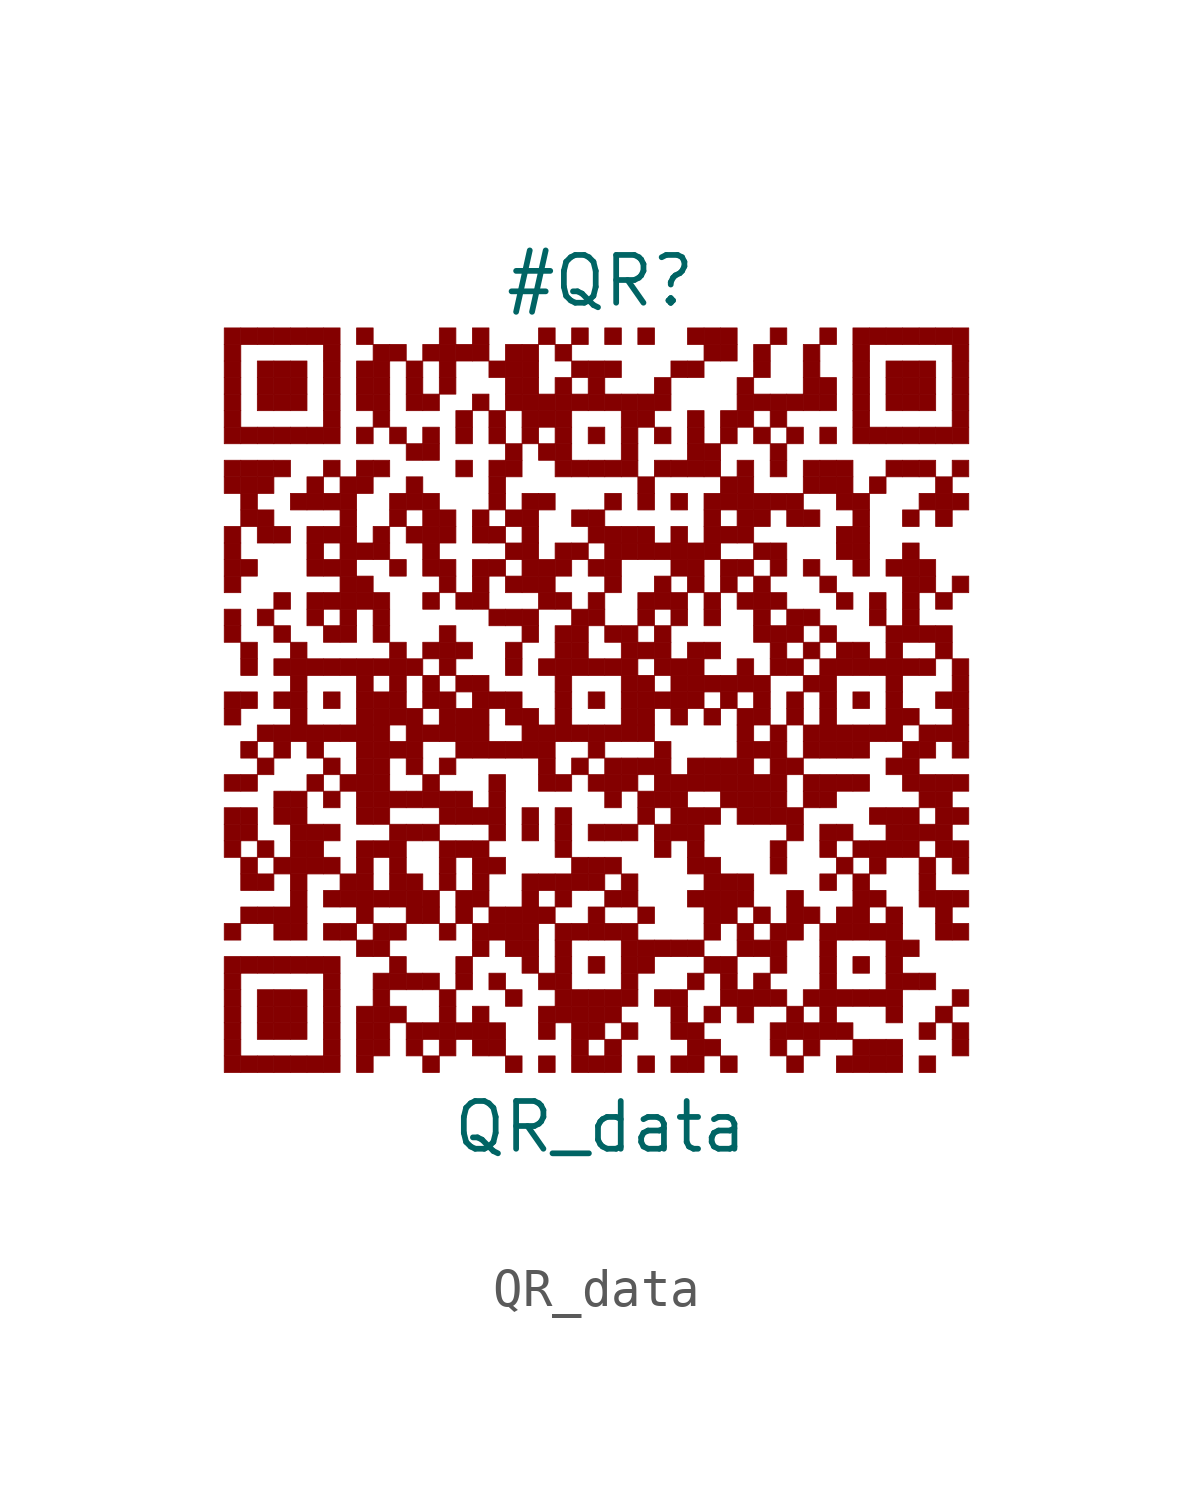
<source format=kicad_sym>
(kicad_symbol_lib
  (version 20211014)
  (generator kibot)
  (symbol "QR_data"
    (pin_numbers hide)
    (pin_names hide)
    (property "Reference" "#QR"
      (at 0 11.25 0))
    (property "Value" "QR_data"
      (at 0 -11.25 0))
    (rectangle
      (start -10.0 10.0)
      (end -9.56 9.56)
      (stroke (width 0.001) (type default) (color 0 0 0 0))
      (fill (type outline)))
    (rectangle
      (start -9.56 10.0)
      (end -9.12 9.56)
      (stroke (width 0.001) (type default) (color 0 0 0 0))
      (fill (type outline)))
    (rectangle
      (start -9.12 10.0)
      (end -8.68 9.56)
      (stroke (width 0.001) (type default) (color 0 0 0 0))
      (fill (type outline)))
    (rectangle
      (start -8.68 10.0)
      (end -8.24 9.56)
      (stroke (width 0.001) (type default) (color 0 0 0 0))
      (fill (type outline)))
    (rectangle
      (start -8.24 10.0)
      (end -7.8 9.56)
      (stroke (width 0.001) (type default) (color 0 0 0 0))
      (fill (type outline)))
    (rectangle
      (start -7.8 10.0)
      (end -7.36 9.56)
      (stroke (width 0.001) (type default) (color 0 0 0 0))
      (fill (type outline)))
    (rectangle
      (start -7.36 10.0)
      (end -6.92 9.56)
      (stroke (width 0.001) (type default) (color 0 0 0 0))
      (fill (type outline)))
    (rectangle
      (start -6.48 10.0)
      (end -6.04 9.56)
      (stroke (width 0.001) (type default) (color 0 0 0 0))
      (fill (type outline)))
    (rectangle
      (start -4.28 10.0)
      (end -3.84 9.56)
      (stroke (width 0.001) (type default) (color 0 0 0 0))
      (fill (type outline)))
    (rectangle
      (start -3.4 10.0)
      (end -2.96 9.56)
      (stroke (width 0.001) (type default) (color 0 0 0 0))
      (fill (type outline)))
    (rectangle
      (start -1.64 10.0)
      (end -1.2 9.56)
      (stroke (width 0.001) (type default) (color 0 0 0 0))
      (fill (type outline)))
    (rectangle
      (start -0.76 10.0)
      (end -0.32 9.56)
      (stroke (width 0.001) (type default) (color 0 0 0 0))
      (fill (type outline)))
    (rectangle
      (start 0.12 10.0)
      (end 0.56 9.56)
      (stroke (width 0.001) (type default) (color 0 0 0 0))
      (fill (type outline)))
    (rectangle
      (start 1.0 10.0)
      (end 1.44 9.56)
      (stroke (width 0.001) (type default) (color 0 0 0 0))
      (fill (type outline)))
    (rectangle
      (start 2.32 10.0)
      (end 2.76 9.56)
      (stroke (width 0.001) (type default) (color 0 0 0 0))
      (fill (type outline)))
    (rectangle
      (start 2.76 10.0)
      (end 3.2 9.56)
      (stroke (width 0.001) (type default) (color 0 0 0 0))
      (fill (type outline)))
    (rectangle
      (start 3.2 10.0)
      (end 3.64 9.56)
      (stroke (width 0.001) (type default) (color 0 0 0 0))
      (fill (type outline)))
    (rectangle
      (start 4.52 10.0)
      (end 4.96 9.56)
      (stroke (width 0.001) (type default) (color 0 0 0 0))
      (fill (type outline)))
    (rectangle
      (start 5.84 10.0)
      (end 6.28 9.56)
      (stroke (width 0.001) (type default) (color 0 0 0 0))
      (fill (type outline)))
    (rectangle
      (start 6.72 10.0)
      (end 7.16 9.56)
      (stroke (width 0.001) (type default) (color 0 0 0 0))
      (fill (type outline)))
    (rectangle
      (start 7.16 10.0)
      (end 7.6 9.56)
      (stroke (width 0.001) (type default) (color 0 0 0 0))
      (fill (type outline)))
    (rectangle
      (start 7.6 10.0)
      (end 8.04 9.56)
      (stroke (width 0.001) (type default) (color 0 0 0 0))
      (fill (type outline)))
    (rectangle
      (start 8.04 10.0)
      (end 8.48 9.56)
      (stroke (width 0.001) (type default) (color 0 0 0 0))
      (fill (type outline)))
    (rectangle
      (start 8.48 10.0)
      (end 8.92 9.56)
      (stroke (width 0.001) (type default) (color 0 0 0 0))
      (fill (type outline)))
    (rectangle
      (start 8.92 10.0)
      (end 9.36 9.56)
      (stroke (width 0.001) (type default) (color 0 0 0 0))
      (fill (type outline)))
    (rectangle
      (start 9.36 10.0)
      (end 9.8 9.56)
      (stroke (width 0.001) (type default) (color 0 0 0 0))
      (fill (type outline)))
    (rectangle
      (start -10.0 9.56)
      (end -9.56 9.12)
      (stroke (width 0.001) (type default) (color 0 0 0 0))
      (fill (type outline)))
    (rectangle
      (start -7.36 9.56)
      (end -6.92 9.12)
      (stroke (width 0.001) (type default) (color 0 0 0 0))
      (fill (type outline)))
    (rectangle
      (start -6.04 9.56)
      (end -5.6 9.12)
      (stroke (width 0.001) (type default) (color 0 0 0 0))
      (fill (type outline)))
    (rectangle
      (start -5.6 9.56)
      (end -5.16 9.12)
      (stroke (width 0.001) (type default) (color 0 0 0 0))
      (fill (type outline)))
    (rectangle
      (start -4.72 9.56)
      (end -4.28 9.12)
      (stroke (width 0.001) (type default) (color 0 0 0 0))
      (fill (type outline)))
    (rectangle
      (start -4.28 9.56)
      (end -3.84 9.12)
      (stroke (width 0.001) (type default) (color 0 0 0 0))
      (fill (type outline)))
    (rectangle
      (start -3.84 9.56)
      (end -3.4 9.12)
      (stroke (width 0.001) (type default) (color 0 0 0 0))
      (fill (type outline)))
    (rectangle
      (start -3.4 9.56)
      (end -2.96 9.12)
      (stroke (width 0.001) (type default) (color 0 0 0 0))
      (fill (type outline)))
    (rectangle
      (start -2.52 9.56)
      (end -2.08 9.12)
      (stroke (width 0.001) (type default) (color 0 0 0 0))
      (fill (type outline)))
    (rectangle
      (start -2.08 9.56)
      (end -1.64 9.12)
      (stroke (width 0.001) (type default) (color 0 0 0 0))
      (fill (type outline)))
    (rectangle
      (start -1.2 9.56)
      (end -0.76 9.12)
      (stroke (width 0.001) (type default) (color 0 0 0 0))
      (fill (type outline)))
    (rectangle
      (start 2.76 9.56)
      (end 3.2 9.12)
      (stroke (width 0.001) (type default) (color 0 0 0 0))
      (fill (type outline)))
    (rectangle
      (start 3.2 9.56)
      (end 3.64 9.12)
      (stroke (width 0.001) (type default) (color 0 0 0 0))
      (fill (type outline)))
    (rectangle
      (start 4.08 9.56)
      (end 4.52 9.12)
      (stroke (width 0.001) (type default) (color 0 0 0 0))
      (fill (type outline)))
    (rectangle
      (start 5.4 9.56)
      (end 5.84 9.12)
      (stroke (width 0.001) (type default) (color 0 0 0 0))
      (fill (type outline)))
    (rectangle
      (start 6.72 9.56)
      (end 7.16 9.12)
      (stroke (width 0.001) (type default) (color 0 0 0 0))
      (fill (type outline)))
    (rectangle
      (start 9.36 9.56)
      (end 9.8 9.12)
      (stroke (width 0.001) (type default) (color 0 0 0 0))
      (fill (type outline)))
    (rectangle
      (start -10.0 9.12)
      (end -9.56 8.68)
      (stroke (width 0.001) (type default) (color 0 0 0 0))
      (fill (type outline)))
    (rectangle
      (start -9.12 9.12)
      (end -8.68 8.68)
      (stroke (width 0.001) (type default) (color 0 0 0 0))
      (fill (type outline)))
    (rectangle
      (start -8.68 9.12)
      (end -8.24 8.68)
      (stroke (width 0.001) (type default) (color 0 0 0 0))
      (fill (type outline)))
    (rectangle
      (start -8.24 9.12)
      (end -7.8 8.68)
      (stroke (width 0.001) (type default) (color 0 0 0 0))
      (fill (type outline)))
    (rectangle
      (start -7.36 9.12)
      (end -6.92 8.68)
      (stroke (width 0.001) (type default) (color 0 0 0 0))
      (fill (type outline)))
    (rectangle
      (start -6.48 9.12)
      (end -6.04 8.68)
      (stroke (width 0.001) (type default) (color 0 0 0 0))
      (fill (type outline)))
    (rectangle
      (start -6.04 9.12)
      (end -5.6 8.68)
      (stroke (width 0.001) (type default) (color 0 0 0 0))
      (fill (type outline)))
    (rectangle
      (start -5.16 9.12)
      (end -4.72 8.68)
      (stroke (width 0.001) (type default) (color 0 0 0 0))
      (fill (type outline)))
    (rectangle
      (start -4.28 9.12)
      (end -3.84 8.68)
      (stroke (width 0.001) (type default) (color 0 0 0 0))
      (fill (type outline)))
    (rectangle
      (start -2.96 9.12)
      (end -2.52 8.68)
      (stroke (width 0.001) (type default) (color 0 0 0 0))
      (fill (type outline)))
    (rectangle
      (start -2.52 9.12)
      (end -2.08 8.68)
      (stroke (width 0.001) (type default) (color 0 0 0 0))
      (fill (type outline)))
    (rectangle
      (start -2.08 9.12)
      (end -1.64 8.68)
      (stroke (width 0.001) (type default) (color 0 0 0 0))
      (fill (type outline)))
    (rectangle
      (start -0.76 9.12)
      (end -0.32 8.68)
      (stroke (width 0.001) (type default) (color 0 0 0 0))
      (fill (type outline)))
    (rectangle
      (start -0.32 9.12)
      (end 0.12 8.68)
      (stroke (width 0.001) (type default) (color 0 0 0 0))
      (fill (type outline)))
    (rectangle
      (start 0.12 9.12)
      (end 0.56 8.68)
      (stroke (width 0.001) (type default) (color 0 0 0 0))
      (fill (type outline)))
    (rectangle
      (start 1.88 9.12)
      (end 2.32 8.68)
      (stroke (width 0.001) (type default) (color 0 0 0 0))
      (fill (type outline)))
    (rectangle
      (start 2.32 9.12)
      (end 2.76 8.68)
      (stroke (width 0.001) (type default) (color 0 0 0 0))
      (fill (type outline)))
    (rectangle
      (start 4.08 9.12)
      (end 4.52 8.68)
      (stroke (width 0.001) (type default) (color 0 0 0 0))
      (fill (type outline)))
    (rectangle
      (start 5.4 9.12)
      (end 5.84 8.68)
      (stroke (width 0.001) (type default) (color 0 0 0 0))
      (fill (type outline)))
    (rectangle
      (start 6.72 9.12)
      (end 7.16 8.68)
      (stroke (width 0.001) (type default) (color 0 0 0 0))
      (fill (type outline)))
    (rectangle
      (start 7.6 9.12)
      (end 8.04 8.68)
      (stroke (width 0.001) (type default) (color 0 0 0 0))
      (fill (type outline)))
    (rectangle
      (start 8.04 9.12)
      (end 8.48 8.68)
      (stroke (width 0.001) (type default) (color 0 0 0 0))
      (fill (type outline)))
    (rectangle
      (start 8.48 9.12)
      (end 8.92 8.68)
      (stroke (width 0.001) (type default) (color 0 0 0 0))
      (fill (type outline)))
    (rectangle
      (start 9.36 9.12)
      (end 9.8 8.68)
      (stroke (width 0.001) (type default) (color 0 0 0 0))
      (fill (type outline)))
    (rectangle
      (start -10.0 8.68)
      (end -9.56 8.24)
      (stroke (width 0.001) (type default) (color 0 0 0 0))
      (fill (type outline)))
    (rectangle
      (start -9.12 8.68)
      (end -8.68 8.24)
      (stroke (width 0.001) (type default) (color 0 0 0 0))
      (fill (type outline)))
    (rectangle
      (start -8.68 8.68)
      (end -8.24 8.24)
      (stroke (width 0.001) (type default) (color 0 0 0 0))
      (fill (type outline)))
    (rectangle
      (start -8.24 8.68)
      (end -7.8 8.24)
      (stroke (width 0.001) (type default) (color 0 0 0 0))
      (fill (type outline)))
    (rectangle
      (start -7.36 8.68)
      (end -6.92 8.24)
      (stroke (width 0.001) (type default) (color 0 0 0 0))
      (fill (type outline)))
    (rectangle
      (start -6.48 8.68)
      (end -6.04 8.24)
      (stroke (width 0.001) (type default) (color 0 0 0 0))
      (fill (type outline)))
    (rectangle
      (start -6.04 8.68)
      (end -5.6 8.24)
      (stroke (width 0.001) (type default) (color 0 0 0 0))
      (fill (type outline)))
    (rectangle
      (start -5.16 8.68)
      (end -4.72 8.24)
      (stroke (width 0.001) (type default) (color 0 0 0 0))
      (fill (type outline)))
    (rectangle
      (start -4.28 8.68)
      (end -3.84 8.24)
      (stroke (width 0.001) (type default) (color 0 0 0 0))
      (fill (type outline)))
    (rectangle
      (start -2.52 8.68)
      (end -2.08 8.24)
      (stroke (width 0.001) (type default) (color 0 0 0 0))
      (fill (type outline)))
    (rectangle
      (start -2.08 8.68)
      (end -1.64 8.24)
      (stroke (width 0.001) (type default) (color 0 0 0 0))
      (fill (type outline)))
    (rectangle
      (start -1.2 8.68)
      (end -0.76 8.24)
      (stroke (width 0.001) (type default) (color 0 0 0 0))
      (fill (type outline)))
    (rectangle
      (start -0.32 8.68)
      (end 0.12 8.24)
      (stroke (width 0.001) (type default) (color 0 0 0 0))
      (fill (type outline)))
    (rectangle
      (start 1.44 8.68)
      (end 1.88 8.24)
      (stroke (width 0.001) (type default) (color 0 0 0 0))
      (fill (type outline)))
    (rectangle
      (start 3.64 8.68)
      (end 4.08 8.24)
      (stroke (width 0.001) (type default) (color 0 0 0 0))
      (fill (type outline)))
    (rectangle
      (start 5.4 8.68)
      (end 5.84 8.24)
      (stroke (width 0.001) (type default) (color 0 0 0 0))
      (fill (type outline)))
    (rectangle
      (start 5.84 8.68)
      (end 6.28 8.24)
      (stroke (width 0.001) (type default) (color 0 0 0 0))
      (fill (type outline)))
    (rectangle
      (start 6.72 8.68)
      (end 7.16 8.24)
      (stroke (width 0.001) (type default) (color 0 0 0 0))
      (fill (type outline)))
    (rectangle
      (start 7.6 8.68)
      (end 8.04 8.24)
      (stroke (width 0.001) (type default) (color 0 0 0 0))
      (fill (type outline)))
    (rectangle
      (start 8.04 8.68)
      (end 8.48 8.24)
      (stroke (width 0.001) (type default) (color 0 0 0 0))
      (fill (type outline)))
    (rectangle
      (start 8.48 8.68)
      (end 8.92 8.24)
      (stroke (width 0.001) (type default) (color 0 0 0 0))
      (fill (type outline)))
    (rectangle
      (start 9.36 8.68)
      (end 9.8 8.24)
      (stroke (width 0.001) (type default) (color 0 0 0 0))
      (fill (type outline)))
    (rectangle
      (start -10.0 8.24)
      (end -9.56 7.8)
      (stroke (width 0.001) (type default) (color 0 0 0 0))
      (fill (type outline)))
    (rectangle
      (start -9.12 8.24)
      (end -8.68 7.8)
      (stroke (width 0.001) (type default) (color 0 0 0 0))
      (fill (type outline)))
    (rectangle
      (start -8.68 8.24)
      (end -8.24 7.8)
      (stroke (width 0.001) (type default) (color 0 0 0 0))
      (fill (type outline)))
    (rectangle
      (start -8.24 8.24)
      (end -7.8 7.8)
      (stroke (width 0.001) (type default) (color 0 0 0 0))
      (fill (type outline)))
    (rectangle
      (start -7.36 8.24)
      (end -6.92 7.8)
      (stroke (width 0.001) (type default) (color 0 0 0 0))
      (fill (type outline)))
    (rectangle
      (start -6.48 8.24)
      (end -6.04 7.8)
      (stroke (width 0.001) (type default) (color 0 0 0 0))
      (fill (type outline)))
    (rectangle
      (start -6.04 8.24)
      (end -5.6 7.8)
      (stroke (width 0.001) (type default) (color 0 0 0 0))
      (fill (type outline)))
    (rectangle
      (start -5.16 8.24)
      (end -4.72 7.8)
      (stroke (width 0.001) (type default) (color 0 0 0 0))
      (fill (type outline)))
    (rectangle
      (start -4.72 8.24)
      (end -4.28 7.8)
      (stroke (width 0.001) (type default) (color 0 0 0 0))
      (fill (type outline)))
    (rectangle
      (start -3.4 8.24)
      (end -2.96 7.8)
      (stroke (width 0.001) (type default) (color 0 0 0 0))
      (fill (type outline)))
    (rectangle
      (start -2.52 8.24)
      (end -2.08 7.8)
      (stroke (width 0.001) (type default) (color 0 0 0 0))
      (fill (type outline)))
    (rectangle
      (start -2.08 8.24)
      (end -1.64 7.8)
      (stroke (width 0.001) (type default) (color 0 0 0 0))
      (fill (type outline)))
    (rectangle
      (start -1.64 8.24)
      (end -1.2 7.8)
      (stroke (width 0.001) (type default) (color 0 0 0 0))
      (fill (type outline)))
    (rectangle
      (start -1.2 8.24)
      (end -0.76 7.8)
      (stroke (width 0.001) (type default) (color 0 0 0 0))
      (fill (type outline)))
    (rectangle
      (start -0.76 8.24)
      (end -0.32 7.8)
      (stroke (width 0.001) (type default) (color 0 0 0 0))
      (fill (type outline)))
    (rectangle
      (start -0.32 8.24)
      (end 0.12 7.8)
      (stroke (width 0.001) (type default) (color 0 0 0 0))
      (fill (type outline)))
    (rectangle
      (start 0.12 8.24)
      (end 0.56 7.8)
      (stroke (width 0.001) (type default) (color 0 0 0 0))
      (fill (type outline)))
    (rectangle
      (start 0.56 8.24)
      (end 1.0 7.8)
      (stroke (width 0.001) (type default) (color 0 0 0 0))
      (fill (type outline)))
    (rectangle
      (start 1.0 8.24)
      (end 1.44 7.8)
      (stroke (width 0.001) (type default) (color 0 0 0 0))
      (fill (type outline)))
    (rectangle
      (start 1.44 8.24)
      (end 1.88 7.8)
      (stroke (width 0.001) (type default) (color 0 0 0 0))
      (fill (type outline)))
    (rectangle
      (start 3.64 8.24)
      (end 4.08 7.8)
      (stroke (width 0.001) (type default) (color 0 0 0 0))
      (fill (type outline)))
    (rectangle
      (start 4.08 8.24)
      (end 4.52 7.8)
      (stroke (width 0.001) (type default) (color 0 0 0 0))
      (fill (type outline)))
    (rectangle
      (start 4.52 8.24)
      (end 4.96 7.8)
      (stroke (width 0.001) (type default) (color 0 0 0 0))
      (fill (type outline)))
    (rectangle
      (start 4.96 8.24)
      (end 5.4 7.8)
      (stroke (width 0.001) (type default) (color 0 0 0 0))
      (fill (type outline)))
    (rectangle
      (start 5.4 8.24)
      (end 5.84 7.8)
      (stroke (width 0.001) (type default) (color 0 0 0 0))
      (fill (type outline)))
    (rectangle
      (start 5.84 8.24)
      (end 6.28 7.8)
      (stroke (width 0.001) (type default) (color 0 0 0 0))
      (fill (type outline)))
    (rectangle
      (start 6.72 8.24)
      (end 7.16 7.8)
      (stroke (width 0.001) (type default) (color 0 0 0 0))
      (fill (type outline)))
    (rectangle
      (start 7.6 8.24)
      (end 8.04 7.8)
      (stroke (width 0.001) (type default) (color 0 0 0 0))
      (fill (type outline)))
    (rectangle
      (start 8.04 8.24)
      (end 8.48 7.8)
      (stroke (width 0.001) (type default) (color 0 0 0 0))
      (fill (type outline)))
    (rectangle
      (start 8.48 8.24)
      (end 8.92 7.8)
      (stroke (width 0.001) (type default) (color 0 0 0 0))
      (fill (type outline)))
    (rectangle
      (start 9.36 8.24)
      (end 9.8 7.8)
      (stroke (width 0.001) (type default) (color 0 0 0 0))
      (fill (type outline)))
    (rectangle
      (start -10.0 7.8)
      (end -9.56 7.36)
      (stroke (width 0.001) (type default) (color 0 0 0 0))
      (fill (type outline)))
    (rectangle
      (start -7.36 7.8)
      (end -6.92 7.36)
      (stroke (width 0.001) (type default) (color 0 0 0 0))
      (fill (type outline)))
    (rectangle
      (start -6.04 7.8)
      (end -5.6 7.36)
      (stroke (width 0.001) (type default) (color 0 0 0 0))
      (fill (type outline)))
    (rectangle
      (start -3.84 7.8)
      (end -3.4 7.36)
      (stroke (width 0.001) (type default) (color 0 0 0 0))
      (fill (type outline)))
    (rectangle
      (start -2.96 7.8)
      (end -2.52 7.36)
      (stroke (width 0.001) (type default) (color 0 0 0 0))
      (fill (type outline)))
    (rectangle
      (start -2.08 7.8)
      (end -1.64 7.36)
      (stroke (width 0.001) (type default) (color 0 0 0 0))
      (fill (type outline)))
    (rectangle
      (start -1.64 7.8)
      (end -1.2 7.36)
      (stroke (width 0.001) (type default) (color 0 0 0 0))
      (fill (type outline)))
    (rectangle
      (start -1.2 7.8)
      (end -0.76 7.36)
      (stroke (width 0.001) (type default) (color 0 0 0 0))
      (fill (type outline)))
    (rectangle
      (start 0.56 7.8)
      (end 1.0 7.36)
      (stroke (width 0.001) (type default) (color 0 0 0 0))
      (fill (type outline)))
    (rectangle
      (start 1.0 7.8)
      (end 1.44 7.36)
      (stroke (width 0.001) (type default) (color 0 0 0 0))
      (fill (type outline)))
    (rectangle
      (start 2.32 7.8)
      (end 2.76 7.36)
      (stroke (width 0.001) (type default) (color 0 0 0 0))
      (fill (type outline)))
    (rectangle
      (start 3.2 7.8)
      (end 3.64 7.36)
      (stroke (width 0.001) (type default) (color 0 0 0 0))
      (fill (type outline)))
    (rectangle
      (start 3.64 7.8)
      (end 4.08 7.36)
      (stroke (width 0.001) (type default) (color 0 0 0 0))
      (fill (type outline)))
    (rectangle
      (start 4.52 7.8)
      (end 4.96 7.36)
      (stroke (width 0.001) (type default) (color 0 0 0 0))
      (fill (type outline)))
    (rectangle
      (start 6.72 7.8)
      (end 7.16 7.36)
      (stroke (width 0.001) (type default) (color 0 0 0 0))
      (fill (type outline)))
    (rectangle
      (start 9.36 7.8)
      (end 9.8 7.36)
      (stroke (width 0.001) (type default) (color 0 0 0 0))
      (fill (type outline)))
    (rectangle
      (start -10.0 7.36)
      (end -9.56 6.92)
      (stroke (width 0.001) (type default) (color 0 0 0 0))
      (fill (type outline)))
    (rectangle
      (start -9.56 7.36)
      (end -9.12 6.92)
      (stroke (width 0.001) (type default) (color 0 0 0 0))
      (fill (type outline)))
    (rectangle
      (start -9.12 7.36)
      (end -8.68 6.92)
      (stroke (width 0.001) (type default) (color 0 0 0 0))
      (fill (type outline)))
    (rectangle
      (start -8.68 7.36)
      (end -8.24 6.92)
      (stroke (width 0.001) (type default) (color 0 0 0 0))
      (fill (type outline)))
    (rectangle
      (start -8.24 7.36)
      (end -7.8 6.92)
      (stroke (width 0.001) (type default) (color 0 0 0 0))
      (fill (type outline)))
    (rectangle
      (start -7.8 7.36)
      (end -7.36 6.92)
      (stroke (width 0.001) (type default) (color 0 0 0 0))
      (fill (type outline)))
    (rectangle
      (start -7.36 7.36)
      (end -6.92 6.92)
      (stroke (width 0.001) (type default) (color 0 0 0 0))
      (fill (type outline)))
    (rectangle
      (start -6.48 7.36)
      (end -6.04 6.92)
      (stroke (width 0.001) (type default) (color 0 0 0 0))
      (fill (type outline)))
    (rectangle
      (start -5.6 7.36)
      (end -5.16 6.92)
      (stroke (width 0.001) (type default) (color 0 0 0 0))
      (fill (type outline)))
    (rectangle
      (start -4.72 7.36)
      (end -4.28 6.92)
      (stroke (width 0.001) (type default) (color 0 0 0 0))
      (fill (type outline)))
    (rectangle
      (start -3.84 7.36)
      (end -3.4 6.92)
      (stroke (width 0.001) (type default) (color 0 0 0 0))
      (fill (type outline)))
    (rectangle
      (start -2.96 7.36)
      (end -2.52 6.92)
      (stroke (width 0.001) (type default) (color 0 0 0 0))
      (fill (type outline)))
    (rectangle
      (start -2.08 7.36)
      (end -1.64 6.92)
      (stroke (width 0.001) (type default) (color 0 0 0 0))
      (fill (type outline)))
    (rectangle
      (start -1.2 7.36)
      (end -0.76 6.92)
      (stroke (width 0.001) (type default) (color 0 0 0 0))
      (fill (type outline)))
    (rectangle
      (start -0.32 7.36)
      (end 0.12 6.92)
      (stroke (width 0.001) (type default) (color 0 0 0 0))
      (fill (type outline)))
    (rectangle
      (start 0.56 7.36)
      (end 1.0 6.92)
      (stroke (width 0.001) (type default) (color 0 0 0 0))
      (fill (type outline)))
    (rectangle
      (start 1.44 7.36)
      (end 1.88 6.92)
      (stroke (width 0.001) (type default) (color 0 0 0 0))
      (fill (type outline)))
    (rectangle
      (start 2.32 7.36)
      (end 2.76 6.92)
      (stroke (width 0.001) (type default) (color 0 0 0 0))
      (fill (type outline)))
    (rectangle
      (start 3.2 7.36)
      (end 3.64 6.92)
      (stroke (width 0.001) (type default) (color 0 0 0 0))
      (fill (type outline)))
    (rectangle
      (start 4.08 7.36)
      (end 4.52 6.92)
      (stroke (width 0.001) (type default) (color 0 0 0 0))
      (fill (type outline)))
    (rectangle
      (start 4.96 7.36)
      (end 5.4 6.92)
      (stroke (width 0.001) (type default) (color 0 0 0 0))
      (fill (type outline)))
    (rectangle
      (start 5.84 7.36)
      (end 6.28 6.92)
      (stroke (width 0.001) (type default) (color 0 0 0 0))
      (fill (type outline)))
    (rectangle
      (start 6.72 7.36)
      (end 7.16 6.92)
      (stroke (width 0.001) (type default) (color 0 0 0 0))
      (fill (type outline)))
    (rectangle
      (start 7.16 7.36)
      (end 7.6 6.92)
      (stroke (width 0.001) (type default) (color 0 0 0 0))
      (fill (type outline)))
    (rectangle
      (start 7.6 7.36)
      (end 8.04 6.92)
      (stroke (width 0.001) (type default) (color 0 0 0 0))
      (fill (type outline)))
    (rectangle
      (start 8.04 7.36)
      (end 8.48 6.92)
      (stroke (width 0.001) (type default) (color 0 0 0 0))
      (fill (type outline)))
    (rectangle
      (start 8.48 7.36)
      (end 8.92 6.92)
      (stroke (width 0.001) (type default) (color 0 0 0 0))
      (fill (type outline)))
    (rectangle
      (start 8.92 7.36)
      (end 9.36 6.92)
      (stroke (width 0.001) (type default) (color 0 0 0 0))
      (fill (type outline)))
    (rectangle
      (start 9.36 7.36)
      (end 9.8 6.92)
      (stroke (width 0.001) (type default) (color 0 0 0 0))
      (fill (type outline)))
    (rectangle
      (start -5.16 6.92)
      (end -4.72 6.48)
      (stroke (width 0.001) (type default) (color 0 0 0 0))
      (fill (type outline)))
    (rectangle
      (start -4.72 6.92)
      (end -4.28 6.48)
      (stroke (width 0.001) (type default) (color 0 0 0 0))
      (fill (type outline)))
    (rectangle
      (start -2.52 6.92)
      (end -2.08 6.48)
      (stroke (width 0.001) (type default) (color 0 0 0 0))
      (fill (type outline)))
    (rectangle
      (start -1.64 6.92)
      (end -1.2 6.48)
      (stroke (width 0.001) (type default) (color 0 0 0 0))
      (fill (type outline)))
    (rectangle
      (start -1.2 6.92)
      (end -0.76 6.48)
      (stroke (width 0.001) (type default) (color 0 0 0 0))
      (fill (type outline)))
    (rectangle
      (start 0.56 6.92)
      (end 1.0 6.48)
      (stroke (width 0.001) (type default) (color 0 0 0 0))
      (fill (type outline)))
    (rectangle
      (start 2.32 6.92)
      (end 2.76 6.48)
      (stroke (width 0.001) (type default) (color 0 0 0 0))
      (fill (type outline)))
    (rectangle
      (start 2.76 6.92)
      (end 3.2 6.48)
      (stroke (width 0.001) (type default) (color 0 0 0 0))
      (fill (type outline)))
    (rectangle
      (start 4.52 6.92)
      (end 4.96 6.48)
      (stroke (width 0.001) (type default) (color 0 0 0 0))
      (fill (type outline)))
    (rectangle
      (start -10.0 6.48)
      (end -9.56 6.04)
      (stroke (width 0.001) (type default) (color 0 0 0 0))
      (fill (type outline)))
    (rectangle
      (start -9.56 6.48)
      (end -9.12 6.04)
      (stroke (width 0.001) (type default) (color 0 0 0 0))
      (fill (type outline)))
    (rectangle
      (start -9.12 6.48)
      (end -8.68 6.04)
      (stroke (width 0.001) (type default) (color 0 0 0 0))
      (fill (type outline)))
    (rectangle
      (start -8.68 6.48)
      (end -8.24 6.04)
      (stroke (width 0.001) (type default) (color 0 0 0 0))
      (fill (type outline)))
    (rectangle
      (start -7.36 6.48)
      (end -6.92 6.04)
      (stroke (width 0.001) (type default) (color 0 0 0 0))
      (fill (type outline)))
    (rectangle
      (start -6.48 6.48)
      (end -6.04 6.04)
      (stroke (width 0.001) (type default) (color 0 0 0 0))
      (fill (type outline)))
    (rectangle
      (start -6.04 6.48)
      (end -5.6 6.04)
      (stroke (width 0.001) (type default) (color 0 0 0 0))
      (fill (type outline)))
    (rectangle
      (start -3.84 6.48)
      (end -3.4 6.04)
      (stroke (width 0.001) (type default) (color 0 0 0 0))
      (fill (type outline)))
    (rectangle
      (start -2.96 6.48)
      (end -2.52 6.04)
      (stroke (width 0.001) (type default) (color 0 0 0 0))
      (fill (type outline)))
    (rectangle
      (start -2.52 6.48)
      (end -2.08 6.04)
      (stroke (width 0.001) (type default) (color 0 0 0 0))
      (fill (type outline)))
    (rectangle
      (start -1.2 6.48)
      (end -0.76 6.04)
      (stroke (width 0.001) (type default) (color 0 0 0 0))
      (fill (type outline)))
    (rectangle
      (start -0.76 6.48)
      (end -0.32 6.04)
      (stroke (width 0.001) (type default) (color 0 0 0 0))
      (fill (type outline)))
    (rectangle
      (start -0.32 6.48)
      (end 0.12 6.04)
      (stroke (width 0.001) (type default) (color 0 0 0 0))
      (fill (type outline)))
    (rectangle
      (start 0.12 6.48)
      (end 0.56 6.04)
      (stroke (width 0.001) (type default) (color 0 0 0 0))
      (fill (type outline)))
    (rectangle
      (start 0.56 6.48)
      (end 1.0 6.04)
      (stroke (width 0.001) (type default) (color 0 0 0 0))
      (fill (type outline)))
    (rectangle
      (start 1.44 6.48)
      (end 1.88 6.04)
      (stroke (width 0.001) (type default) (color 0 0 0 0))
      (fill (type outline)))
    (rectangle
      (start 1.88 6.48)
      (end 2.32 6.04)
      (stroke (width 0.001) (type default) (color 0 0 0 0))
      (fill (type outline)))
    (rectangle
      (start 2.32 6.48)
      (end 2.76 6.04)
      (stroke (width 0.001) (type default) (color 0 0 0 0))
      (fill (type outline)))
    (rectangle
      (start 2.76 6.48)
      (end 3.2 6.04)
      (stroke (width 0.001) (type default) (color 0 0 0 0))
      (fill (type outline)))
    (rectangle
      (start 3.64 6.48)
      (end 4.08 6.04)
      (stroke (width 0.001) (type default) (color 0 0 0 0))
      (fill (type outline)))
    (rectangle
      (start 4.52 6.48)
      (end 4.96 6.04)
      (stroke (width 0.001) (type default) (color 0 0 0 0))
      (fill (type outline)))
    (rectangle
      (start 5.4 6.48)
      (end 5.84 6.04)
      (stroke (width 0.001) (type default) (color 0 0 0 0))
      (fill (type outline)))
    (rectangle
      (start 5.84 6.48)
      (end 6.28 6.04)
      (stroke (width 0.001) (type default) (color 0 0 0 0))
      (fill (type outline)))
    (rectangle
      (start 6.28 6.48)
      (end 6.72 6.04)
      (stroke (width 0.001) (type default) (color 0 0 0 0))
      (fill (type outline)))
    (rectangle
      (start 7.6 6.48)
      (end 8.04 6.04)
      (stroke (width 0.001) (type default) (color 0 0 0 0))
      (fill (type outline)))
    (rectangle
      (start 8.04 6.48)
      (end 8.48 6.04)
      (stroke (width 0.001) (type default) (color 0 0 0 0))
      (fill (type outline)))
    (rectangle
      (start 8.48 6.48)
      (end 8.92 6.04)
      (stroke (width 0.001) (type default) (color 0 0 0 0))
      (fill (type outline)))
    (rectangle
      (start 9.36 6.48)
      (end 9.8 6.04)
      (stroke (width 0.001) (type default) (color 0 0 0 0))
      (fill (type outline)))
    (rectangle
      (start -10.0 6.04)
      (end -9.56 5.6)
      (stroke (width 0.001) (type default) (color 0 0 0 0))
      (fill (type outline)))
    (rectangle
      (start -9.56 6.04)
      (end -9.12 5.6)
      (stroke (width 0.001) (type default) (color 0 0 0 0))
      (fill (type outline)))
    (rectangle
      (start -9.12 6.04)
      (end -8.68 5.6)
      (stroke (width 0.001) (type default) (color 0 0 0 0))
      (fill (type outline)))
    (rectangle
      (start -7.8 6.04)
      (end -7.36 5.6)
      (stroke (width 0.001) (type default) (color 0 0 0 0))
      (fill (type outline)))
    (rectangle
      (start -6.92 6.04)
      (end -6.48 5.6)
      (stroke (width 0.001) (type default) (color 0 0 0 0))
      (fill (type outline)))
    (rectangle
      (start -6.48 6.04)
      (end -6.04 5.6)
      (stroke (width 0.001) (type default) (color 0 0 0 0))
      (fill (type outline)))
    (rectangle
      (start -5.16 6.04)
      (end -4.72 5.6)
      (stroke (width 0.001) (type default) (color 0 0 0 0))
      (fill (type outline)))
    (rectangle
      (start -2.96 6.04)
      (end -2.52 5.6)
      (stroke (width 0.001) (type default) (color 0 0 0 0))
      (fill (type outline)))
    (rectangle
      (start 1.0 6.04)
      (end 1.44 5.6)
      (stroke (width 0.001) (type default) (color 0 0 0 0))
      (fill (type outline)))
    (rectangle
      (start 3.2 6.04)
      (end 3.64 5.6)
      (stroke (width 0.001) (type default) (color 0 0 0 0))
      (fill (type outline)))
    (rectangle
      (start 3.64 6.04)
      (end 4.08 5.6)
      (stroke (width 0.001) (type default) (color 0 0 0 0))
      (fill (type outline)))
    (rectangle
      (start 5.4 6.04)
      (end 5.84 5.6)
      (stroke (width 0.001) (type default) (color 0 0 0 0))
      (fill (type outline)))
    (rectangle
      (start 5.84 6.04)
      (end 6.28 5.6)
      (stroke (width 0.001) (type default) (color 0 0 0 0))
      (fill (type outline)))
    (rectangle
      (start 6.28 6.04)
      (end 6.72 5.6)
      (stroke (width 0.001) (type default) (color 0 0 0 0))
      (fill (type outline)))
    (rectangle
      (start 7.16 6.04)
      (end 7.6 5.6)
      (stroke (width 0.001) (type default) (color 0 0 0 0))
      (fill (type outline)))
    (rectangle
      (start 8.92 6.04)
      (end 9.36 5.6)
      (stroke (width 0.001) (type default) (color 0 0 0 0))
      (fill (type outline)))
    (rectangle
      (start -9.56 5.6)
      (end -9.12 5.16)
      (stroke (width 0.001) (type default) (color 0 0 0 0))
      (fill (type outline)))
    (rectangle
      (start -8.24 5.6)
      (end -7.8 5.16)
      (stroke (width 0.001) (type default) (color 0 0 0 0))
      (fill (type outline)))
    (rectangle
      (start -7.8 5.6)
      (end -7.36 5.16)
      (stroke (width 0.001) (type default) (color 0 0 0 0))
      (fill (type outline)))
    (rectangle
      (start -7.36 5.6)
      (end -6.92 5.16)
      (stroke (width 0.001) (type default) (color 0 0 0 0))
      (fill (type outline)))
    (rectangle
      (start -6.92 5.6)
      (end -6.48 5.16)
      (stroke (width 0.001) (type default) (color 0 0 0 0))
      (fill (type outline)))
    (rectangle
      (start -5.6 5.6)
      (end -5.16 5.16)
      (stroke (width 0.001) (type default) (color 0 0 0 0))
      (fill (type outline)))
    (rectangle
      (start -5.16 5.6)
      (end -4.72 5.16)
      (stroke (width 0.001) (type default) (color 0 0 0 0))
      (fill (type outline)))
    (rectangle
      (start -4.72 5.6)
      (end -4.28 5.16)
      (stroke (width 0.001) (type default) (color 0 0 0 0))
      (fill (type outline)))
    (rectangle
      (start -2.96 5.6)
      (end -2.52 5.16)
      (stroke (width 0.001) (type default) (color 0 0 0 0))
      (fill (type outline)))
    (rectangle
      (start -2.08 5.6)
      (end -1.64 5.16)
      (stroke (width 0.001) (type default) (color 0 0 0 0))
      (fill (type outline)))
    (rectangle
      (start -1.64 5.6)
      (end -1.2 5.16)
      (stroke (width 0.001) (type default) (color 0 0 0 0))
      (fill (type outline)))
    (rectangle
      (start 0.12 5.6)
      (end 0.56 5.16)
      (stroke (width 0.001) (type default) (color 0 0 0 0))
      (fill (type outline)))
    (rectangle
      (start 1.0 5.6)
      (end 1.44 5.16)
      (stroke (width 0.001) (type default) (color 0 0 0 0))
      (fill (type outline)))
    (rectangle
      (start 1.88 5.6)
      (end 2.32 5.16)
      (stroke (width 0.001) (type default) (color 0 0 0 0))
      (fill (type outline)))
    (rectangle
      (start 2.76 5.6)
      (end 3.2 5.16)
      (stroke (width 0.001) (type default) (color 0 0 0 0))
      (fill (type outline)))
    (rectangle
      (start 3.2 5.6)
      (end 3.64 5.16)
      (stroke (width 0.001) (type default) (color 0 0 0 0))
      (fill (type outline)))
    (rectangle
      (start 3.64 5.6)
      (end 4.08 5.16)
      (stroke (width 0.001) (type default) (color 0 0 0 0))
      (fill (type outline)))
    (rectangle
      (start 4.08 5.6)
      (end 4.52 5.16)
      (stroke (width 0.001) (type default) (color 0 0 0 0))
      (fill (type outline)))
    (rectangle
      (start 4.52 5.6)
      (end 4.96 5.16)
      (stroke (width 0.001) (type default) (color 0 0 0 0))
      (fill (type outline)))
    (rectangle
      (start 4.96 5.6)
      (end 5.4 5.16)
      (stroke (width 0.001) (type default) (color 0 0 0 0))
      (fill (type outline)))
    (rectangle
      (start 6.28 5.6)
      (end 6.72 5.16)
      (stroke (width 0.001) (type default) (color 0 0 0 0))
      (fill (type outline)))
    (rectangle
      (start 6.72 5.6)
      (end 7.16 5.16)
      (stroke (width 0.001) (type default) (color 0 0 0 0))
      (fill (type outline)))
    (rectangle
      (start 8.48 5.6)
      (end 8.92 5.16)
      (stroke (width 0.001) (type default) (color 0 0 0 0))
      (fill (type outline)))
    (rectangle
      (start 8.92 5.6)
      (end 9.36 5.16)
      (stroke (width 0.001) (type default) (color 0 0 0 0))
      (fill (type outline)))
    (rectangle
      (start 9.36 5.6)
      (end 9.8 5.16)
      (stroke (width 0.001) (type default) (color 0 0 0 0))
      (fill (type outline)))
    (rectangle
      (start -9.56 5.16)
      (end -9.12 4.72)
      (stroke (width 0.001) (type default) (color 0 0 0 0))
      (fill (type outline)))
    (rectangle
      (start -9.12 5.16)
      (end -8.68 4.72)
      (stroke (width 0.001) (type default) (color 0 0 0 0))
      (fill (type outline)))
    (rectangle
      (start -6.92 5.16)
      (end -6.48 4.72)
      (stroke (width 0.001) (type default) (color 0 0 0 0))
      (fill (type outline)))
    (rectangle
      (start -5.6 5.16)
      (end -5.16 4.72)
      (stroke (width 0.001) (type default) (color 0 0 0 0))
      (fill (type outline)))
    (rectangle
      (start -4.72 5.16)
      (end -4.28 4.72)
      (stroke (width 0.001) (type default) (color 0 0 0 0))
      (fill (type outline)))
    (rectangle
      (start -4.28 5.16)
      (end -3.84 4.72)
      (stroke (width 0.001) (type default) (color 0 0 0 0))
      (fill (type outline)))
    (rectangle
      (start -3.4 5.16)
      (end -2.96 4.72)
      (stroke (width 0.001) (type default) (color 0 0 0 0))
      (fill (type outline)))
    (rectangle
      (start -2.52 5.16)
      (end -2.08 4.72)
      (stroke (width 0.001) (type default) (color 0 0 0 0))
      (fill (type outline)))
    (rectangle
      (start -2.08 5.16)
      (end -1.64 4.72)
      (stroke (width 0.001) (type default) (color 0 0 0 0))
      (fill (type outline)))
    (rectangle
      (start -0.76 5.16)
      (end -0.32 4.72)
      (stroke (width 0.001) (type default) (color 0 0 0 0))
      (fill (type outline)))
    (rectangle
      (start -0.32 5.16)
      (end 0.12 4.72)
      (stroke (width 0.001) (type default) (color 0 0 0 0))
      (fill (type outline)))
    (rectangle
      (start 2.76 5.16)
      (end 3.2 4.72)
      (stroke (width 0.001) (type default) (color 0 0 0 0))
      (fill (type outline)))
    (rectangle
      (start 3.64 5.16)
      (end 4.08 4.72)
      (stroke (width 0.001) (type default) (color 0 0 0 0))
      (fill (type outline)))
    (rectangle
      (start 4.08 5.16)
      (end 4.52 4.72)
      (stroke (width 0.001) (type default) (color 0 0 0 0))
      (fill (type outline)))
    (rectangle
      (start 4.96 5.16)
      (end 5.4 4.72)
      (stroke (width 0.001) (type default) (color 0 0 0 0))
      (fill (type outline)))
    (rectangle
      (start 5.4 5.16)
      (end 5.84 4.72)
      (stroke (width 0.001) (type default) (color 0 0 0 0))
      (fill (type outline)))
    (rectangle
      (start 6.72 5.16)
      (end 7.16 4.72)
      (stroke (width 0.001) (type default) (color 0 0 0 0))
      (fill (type outline)))
    (rectangle
      (start 8.04 5.16)
      (end 8.48 4.72)
      (stroke (width 0.001) (type default) (color 0 0 0 0))
      (fill (type outline)))
    (rectangle
      (start 8.92 5.16)
      (end 9.36 4.72)
      (stroke (width 0.001) (type default) (color 0 0 0 0))
      (fill (type outline)))
    (rectangle
      (start -10.0 4.72)
      (end -9.56 4.28)
      (stroke (width 0.001) (type default) (color 0 0 0 0))
      (fill (type outline)))
    (rectangle
      (start -9.12 4.72)
      (end -8.68 4.28)
      (stroke (width 0.001) (type default) (color 0 0 0 0))
      (fill (type outline)))
    (rectangle
      (start -8.68 4.72)
      (end -8.24 4.28)
      (stroke (width 0.001) (type default) (color 0 0 0 0))
      (fill (type outline)))
    (rectangle
      (start -7.8 4.72)
      (end -7.36 4.28)
      (stroke (width 0.001) (type default) (color 0 0 0 0))
      (fill (type outline)))
    (rectangle
      (start -7.36 4.72)
      (end -6.92 4.28)
      (stroke (width 0.001) (type default) (color 0 0 0 0))
      (fill (type outline)))
    (rectangle
      (start -6.92 4.72)
      (end -6.48 4.28)
      (stroke (width 0.001) (type default) (color 0 0 0 0))
      (fill (type outline)))
    (rectangle
      (start -6.04 4.72)
      (end -5.6 4.28)
      (stroke (width 0.001) (type default) (color 0 0 0 0))
      (fill (type outline)))
    (rectangle
      (start -5.16 4.72)
      (end -4.72 4.28)
      (stroke (width 0.001) (type default) (color 0 0 0 0))
      (fill (type outline)))
    (rectangle
      (start -4.72 4.72)
      (end -4.28 4.28)
      (stroke (width 0.001) (type default) (color 0 0 0 0))
      (fill (type outline)))
    (rectangle
      (start -4.28 4.72)
      (end -3.84 4.28)
      (stroke (width 0.001) (type default) (color 0 0 0 0))
      (fill (type outline)))
    (rectangle
      (start -3.4 4.72)
      (end -2.96 4.28)
      (stroke (width 0.001) (type default) (color 0 0 0 0))
      (fill (type outline)))
    (rectangle
      (start -2.96 4.72)
      (end -2.52 4.28)
      (stroke (width 0.001) (type default) (color 0 0 0 0))
      (fill (type outline)))
    (rectangle
      (start -2.08 4.72)
      (end -1.64 4.28)
      (stroke (width 0.001) (type default) (color 0 0 0 0))
      (fill (type outline)))
    (rectangle
      (start -0.32 4.72)
      (end 0.12 4.28)
      (stroke (width 0.001) (type default) (color 0 0 0 0))
      (fill (type outline)))
    (rectangle
      (start 0.12 4.72)
      (end 0.56 4.28)
      (stroke (width 0.001) (type default) (color 0 0 0 0))
      (fill (type outline)))
    (rectangle
      (start 0.56 4.72)
      (end 1.0 4.28)
      (stroke (width 0.001) (type default) (color 0 0 0 0))
      (fill (type outline)))
    (rectangle
      (start 1.0 4.72)
      (end 1.44 4.28)
      (stroke (width 0.001) (type default) (color 0 0 0 0))
      (fill (type outline)))
    (rectangle
      (start 1.88 4.72)
      (end 2.32 4.28)
      (stroke (width 0.001) (type default) (color 0 0 0 0))
      (fill (type outline)))
    (rectangle
      (start 2.76 4.72)
      (end 3.2 4.28)
      (stroke (width 0.001) (type default) (color 0 0 0 0))
      (fill (type outline)))
    (rectangle
      (start 3.2 4.72)
      (end 3.64 4.28)
      (stroke (width 0.001) (type default) (color 0 0 0 0))
      (fill (type outline)))
    (rectangle
      (start 3.64 4.72)
      (end 4.08 4.28)
      (stroke (width 0.001) (type default) (color 0 0 0 0))
      (fill (type outline)))
    (rectangle
      (start 6.28 4.72)
      (end 6.72 4.28)
      (stroke (width 0.001) (type default) (color 0 0 0 0))
      (fill (type outline)))
    (rectangle
      (start 6.72 4.72)
      (end 7.16 4.28)
      (stroke (width 0.001) (type default) (color 0 0 0 0))
      (fill (type outline)))
    (rectangle
      (start -10.0 4.28)
      (end -9.56 3.84)
      (stroke (width 0.001) (type default) (color 0 0 0 0))
      (fill (type outline)))
    (rectangle
      (start -7.8 4.28)
      (end -7.36 3.84)
      (stroke (width 0.001) (type default) (color 0 0 0 0))
      (fill (type outline)))
    (rectangle
      (start -6.92 4.28)
      (end -6.48 3.84)
      (stroke (width 0.001) (type default) (color 0 0 0 0))
      (fill (type outline)))
    (rectangle
      (start -6.48 4.28)
      (end -6.04 3.84)
      (stroke (width 0.001) (type default) (color 0 0 0 0))
      (fill (type outline)))
    (rectangle
      (start -6.04 4.28)
      (end -5.6 3.84)
      (stroke (width 0.001) (type default) (color 0 0 0 0))
      (fill (type outline)))
    (rectangle
      (start -4.72 4.28)
      (end -4.28 3.84)
      (stroke (width 0.001) (type default) (color 0 0 0 0))
      (fill (type outline)))
    (rectangle
      (start -2.52 4.28)
      (end -2.08 3.84)
      (stroke (width 0.001) (type default) (color 0 0 0 0))
      (fill (type outline)))
    (rectangle
      (start -2.08 4.28)
      (end -1.64 3.84)
      (stroke (width 0.001) (type default) (color 0 0 0 0))
      (fill (type outline)))
    (rectangle
      (start -1.2 4.28)
      (end -0.76 3.84)
      (stroke (width 0.001) (type default) (color 0 0 0 0))
      (fill (type outline)))
    (rectangle
      (start -0.76 4.28)
      (end -0.32 3.84)
      (stroke (width 0.001) (type default) (color 0 0 0 0))
      (fill (type outline)))
    (rectangle
      (start 0.12 4.28)
      (end 0.56 3.84)
      (stroke (width 0.001) (type default) (color 0 0 0 0))
      (fill (type outline)))
    (rectangle
      (start 0.56 4.28)
      (end 1.0 3.84)
      (stroke (width 0.001) (type default) (color 0 0 0 0))
      (fill (type outline)))
    (rectangle
      (start 1.0 4.28)
      (end 1.44 3.84)
      (stroke (width 0.001) (type default) (color 0 0 0 0))
      (fill (type outline)))
    (rectangle
      (start 1.44 4.28)
      (end 1.88 3.84)
      (stroke (width 0.001) (type default) (color 0 0 0 0))
      (fill (type outline)))
    (rectangle
      (start 1.88 4.28)
      (end 2.32 3.84)
      (stroke (width 0.001) (type default) (color 0 0 0 0))
      (fill (type outline)))
    (rectangle
      (start 2.32 4.28)
      (end 2.76 3.84)
      (stroke (width 0.001) (type default) (color 0 0 0 0))
      (fill (type outline)))
    (rectangle
      (start 2.76 4.28)
      (end 3.2 3.84)
      (stroke (width 0.001) (type default) (color 0 0 0 0))
      (fill (type outline)))
    (rectangle
      (start 4.08 4.28)
      (end 4.52 3.84)
      (stroke (width 0.001) (type default) (color 0 0 0 0))
      (fill (type outline)))
    (rectangle
      (start 4.52 4.28)
      (end 4.96 3.84)
      (stroke (width 0.001) (type default) (color 0 0 0 0))
      (fill (type outline)))
    (rectangle
      (start 6.28 4.28)
      (end 6.72 3.84)
      (stroke (width 0.001) (type default) (color 0 0 0 0))
      (fill (type outline)))
    (rectangle
      (start 6.72 4.28)
      (end 7.16 3.84)
      (stroke (width 0.001) (type default) (color 0 0 0 0))
      (fill (type outline)))
    (rectangle
      (start 8.04 4.28)
      (end 8.48 3.84)
      (stroke (width 0.001) (type default) (color 0 0 0 0))
      (fill (type outline)))
    (rectangle
      (start -10.0 3.84)
      (end -9.56 3.4)
      (stroke (width 0.001) (type default) (color 0 0 0 0))
      (fill (type outline)))
    (rectangle
      (start -9.56 3.84)
      (end -9.12 3.4)
      (stroke (width 0.001) (type default) (color 0 0 0 0))
      (fill (type outline)))
    (rectangle
      (start -7.8 3.84)
      (end -7.36 3.4)
      (stroke (width 0.001) (type default) (color 0 0 0 0))
      (fill (type outline)))
    (rectangle
      (start -7.36 3.84)
      (end -6.92 3.4)
      (stroke (width 0.001) (type default) (color 0 0 0 0))
      (fill (type outline)))
    (rectangle
      (start -6.92 3.84)
      (end -6.48 3.4)
      (stroke (width 0.001) (type default) (color 0 0 0 0))
      (fill (type outline)))
    (rectangle
      (start -5.6 3.84)
      (end -5.16 3.4)
      (stroke (width 0.001) (type default) (color 0 0 0 0))
      (fill (type outline)))
    (rectangle
      (start -4.72 3.84)
      (end -4.28 3.4)
      (stroke (width 0.001) (type default) (color 0 0 0 0))
      (fill (type outline)))
    (rectangle
      (start -4.28 3.84)
      (end -3.84 3.4)
      (stroke (width 0.001) (type default) (color 0 0 0 0))
      (fill (type outline)))
    (rectangle
      (start -3.4 3.84)
      (end -2.96 3.4)
      (stroke (width 0.001) (type default) (color 0 0 0 0))
      (fill (type outline)))
    (rectangle
      (start -2.96 3.84)
      (end -2.52 3.4)
      (stroke (width 0.001) (type default) (color 0 0 0 0))
      (fill (type outline)))
    (rectangle
      (start -2.08 3.84)
      (end -1.64 3.4)
      (stroke (width 0.001) (type default) (color 0 0 0 0))
      (fill (type outline)))
    (rectangle
      (start -1.64 3.84)
      (end -1.2 3.4)
      (stroke (width 0.001) (type default) (color 0 0 0 0))
      (fill (type outline)))
    (rectangle
      (start -1.2 3.84)
      (end -0.76 3.4)
      (stroke (width 0.001) (type default) (color 0 0 0 0))
      (fill (type outline)))
    (rectangle
      (start -0.32 3.84)
      (end 0.12 3.4)
      (stroke (width 0.001) (type default) (color 0 0 0 0))
      (fill (type outline)))
    (rectangle
      (start 0.12 3.84)
      (end 0.56 3.4)
      (stroke (width 0.001) (type default) (color 0 0 0 0))
      (fill (type outline)))
    (rectangle
      (start 1.88 3.84)
      (end 2.32 3.4)
      (stroke (width 0.001) (type default) (color 0 0 0 0))
      (fill (type outline)))
    (rectangle
      (start 2.32 3.84)
      (end 2.76 3.4)
      (stroke (width 0.001) (type default) (color 0 0 0 0))
      (fill (type outline)))
    (rectangle
      (start 3.2 3.84)
      (end 3.64 3.4)
      (stroke (width 0.001) (type default) (color 0 0 0 0))
      (fill (type outline)))
    (rectangle
      (start 3.64 3.84)
      (end 4.08 3.4)
      (stroke (width 0.001) (type default) (color 0 0 0 0))
      (fill (type outline)))
    (rectangle
      (start 4.52 3.84)
      (end 4.96 3.4)
      (stroke (width 0.001) (type default) (color 0 0 0 0))
      (fill (type outline)))
    (rectangle
      (start 5.4 3.84)
      (end 5.84 3.4)
      (stroke (width 0.001) (type default) (color 0 0 0 0))
      (fill (type outline)))
    (rectangle
      (start 6.72 3.84)
      (end 7.16 3.4)
      (stroke (width 0.001) (type default) (color 0 0 0 0))
      (fill (type outline)))
    (rectangle
      (start 7.6 3.84)
      (end 8.04 3.4)
      (stroke (width 0.001) (type default) (color 0 0 0 0))
      (fill (type outline)))
    (rectangle
      (start 8.04 3.84)
      (end 8.48 3.4)
      (stroke (width 0.001) (type default) (color 0 0 0 0))
      (fill (type outline)))
    (rectangle
      (start 8.48 3.84)
      (end 8.92 3.4)
      (stroke (width 0.001) (type default) (color 0 0 0 0))
      (fill (type outline)))
    (rectangle
      (start -10.0 3.4)
      (end -9.56 2.96)
      (stroke (width 0.001) (type default) (color 0 0 0 0))
      (fill (type outline)))
    (rectangle
      (start -6.92 3.4)
      (end -6.48 2.96)
      (stroke (width 0.001) (type default) (color 0 0 0 0))
      (fill (type outline)))
    (rectangle
      (start -6.48 3.4)
      (end -6.04 2.96)
      (stroke (width 0.001) (type default) (color 0 0 0 0))
      (fill (type outline)))
    (rectangle
      (start -4.28 3.4)
      (end -3.84 2.96)
      (stroke (width 0.001) (type default) (color 0 0 0 0))
      (fill (type outline)))
    (rectangle
      (start -3.4 3.4)
      (end -2.96 2.96)
      (stroke (width 0.001) (type default) (color 0 0 0 0))
      (fill (type outline)))
    (rectangle
      (start -2.52 3.4)
      (end -2.08 2.96)
      (stroke (width 0.001) (type default) (color 0 0 0 0))
      (fill (type outline)))
    (rectangle
      (start -2.08 3.4)
      (end -1.64 2.96)
      (stroke (width 0.001) (type default) (color 0 0 0 0))
      (fill (type outline)))
    (rectangle
      (start -1.64 3.4)
      (end -1.2 2.96)
      (stroke (width 0.001) (type default) (color 0 0 0 0))
      (fill (type outline)))
    (rectangle
      (start 0.12 3.4)
      (end 0.56 2.96)
      (stroke (width 0.001) (type default) (color 0 0 0 0))
      (fill (type outline)))
    (rectangle
      (start 1.44 3.4)
      (end 1.88 2.96)
      (stroke (width 0.001) (type default) (color 0 0 0 0))
      (fill (type outline)))
    (rectangle
      (start 2.32 3.4)
      (end 2.76 2.96)
      (stroke (width 0.001) (type default) (color 0 0 0 0))
      (fill (type outline)))
    (rectangle
      (start 3.2 3.4)
      (end 3.64 2.96)
      (stroke (width 0.001) (type default) (color 0 0 0 0))
      (fill (type outline)))
    (rectangle
      (start 4.08 3.4)
      (end 4.52 2.96)
      (stroke (width 0.001) (type default) (color 0 0 0 0))
      (fill (type outline)))
    (rectangle
      (start 5.84 3.4)
      (end 6.28 2.96)
      (stroke (width 0.001) (type default) (color 0 0 0 0))
      (fill (type outline)))
    (rectangle
      (start 8.04 3.4)
      (end 8.48 2.96)
      (stroke (width 0.001) (type default) (color 0 0 0 0))
      (fill (type outline)))
    (rectangle
      (start 8.48 3.4)
      (end 8.92 2.96)
      (stroke (width 0.001) (type default) (color 0 0 0 0))
      (fill (type outline)))
    (rectangle
      (start 9.36 3.4)
      (end 9.8 2.96)
      (stroke (width 0.001) (type default) (color 0 0 0 0))
      (fill (type outline)))
    (rectangle
      (start -8.68 2.96)
      (end -8.24 2.52)
      (stroke (width 0.001) (type default) (color 0 0 0 0))
      (fill (type outline)))
    (rectangle
      (start -7.8 2.96)
      (end -7.36 2.52)
      (stroke (width 0.001) (type default) (color 0 0 0 0))
      (fill (type outline)))
    (rectangle
      (start -7.36 2.96)
      (end -6.92 2.52)
      (stroke (width 0.001) (type default) (color 0 0 0 0))
      (fill (type outline)))
    (rectangle
      (start -6.92 2.96)
      (end -6.48 2.52)
      (stroke (width 0.001) (type default) (color 0 0 0 0))
      (fill (type outline)))
    (rectangle
      (start -6.48 2.96)
      (end -6.04 2.52)
      (stroke (width 0.001) (type default) (color 0 0 0 0))
      (fill (type outline)))
    (rectangle
      (start -6.04 2.96)
      (end -5.6 2.52)
      (stroke (width 0.001) (type default) (color 0 0 0 0))
      (fill (type outline)))
    (rectangle
      (start -4.72 2.96)
      (end -4.28 2.52)
      (stroke (width 0.001) (type default) (color 0 0 0 0))
      (fill (type outline)))
    (rectangle
      (start -3.84 2.96)
      (end -3.4 2.52)
      (stroke (width 0.001) (type default) (color 0 0 0 0))
      (fill (type outline)))
    (rectangle
      (start -3.4 2.96)
      (end -2.96 2.52)
      (stroke (width 0.001) (type default) (color 0 0 0 0))
      (fill (type outline)))
    (rectangle
      (start -1.64 2.96)
      (end -1.2 2.52)
      (stroke (width 0.001) (type default) (color 0 0 0 0))
      (fill (type outline)))
    (rectangle
      (start -1.2 2.96)
      (end -0.76 2.52)
      (stroke (width 0.001) (type default) (color 0 0 0 0))
      (fill (type outline)))
    (rectangle
      (start -0.32 2.96)
      (end 0.12 2.52)
      (stroke (width 0.001) (type default) (color 0 0 0 0))
      (fill (type outline)))
    (rectangle
      (start 1.0 2.96)
      (end 1.44 2.52)
      (stroke (width 0.001) (type default) (color 0 0 0 0))
      (fill (type outline)))
    (rectangle
      (start 1.44 2.96)
      (end 1.88 2.52)
      (stroke (width 0.001) (type default) (color 0 0 0 0))
      (fill (type outline)))
    (rectangle
      (start 1.88 2.96)
      (end 2.32 2.52)
      (stroke (width 0.001) (type default) (color 0 0 0 0))
      (fill (type outline)))
    (rectangle
      (start 2.76 2.96)
      (end 3.2 2.52)
      (stroke (width 0.001) (type default) (color 0 0 0 0))
      (fill (type outline)))
    (rectangle
      (start 3.64 2.96)
      (end 4.08 2.52)
      (stroke (width 0.001) (type default) (color 0 0 0 0))
      (fill (type outline)))
    (rectangle
      (start 4.08 2.96)
      (end 4.52 2.52)
      (stroke (width 0.001) (type default) (color 0 0 0 0))
      (fill (type outline)))
    (rectangle
      (start 4.52 2.96)
      (end 4.96 2.52)
      (stroke (width 0.001) (type default) (color 0 0 0 0))
      (fill (type outline)))
    (rectangle
      (start 6.28 2.96)
      (end 6.72 2.52)
      (stroke (width 0.001) (type default) (color 0 0 0 0))
      (fill (type outline)))
    (rectangle
      (start 7.16 2.96)
      (end 7.6 2.52)
      (stroke (width 0.001) (type default) (color 0 0 0 0))
      (fill (type outline)))
    (rectangle
      (start 8.04 2.96)
      (end 8.48 2.52)
      (stroke (width 0.001) (type default) (color 0 0 0 0))
      (fill (type outline)))
    (rectangle
      (start 8.92 2.96)
      (end 9.36 2.52)
      (stroke (width 0.001) (type default) (color 0 0 0 0))
      (fill (type outline)))
    (rectangle
      (start -10.0 2.52)
      (end -9.56 2.08)
      (stroke (width 0.001) (type default) (color 0 0 0 0))
      (fill (type outline)))
    (rectangle
      (start -9.12 2.52)
      (end -8.68 2.08)
      (stroke (width 0.001) (type default) (color 0 0 0 0))
      (fill (type outline)))
    (rectangle
      (start -7.8 2.52)
      (end -7.36 2.08)
      (stroke (width 0.001) (type default) (color 0 0 0 0))
      (fill (type outline)))
    (rectangle
      (start -6.92 2.52)
      (end -6.48 2.08)
      (stroke (width 0.001) (type default) (color 0 0 0 0))
      (fill (type outline)))
    (rectangle
      (start -6.04 2.52)
      (end -5.6 2.08)
      (stroke (width 0.001) (type default) (color 0 0 0 0))
      (fill (type outline)))
    (rectangle
      (start -2.96 2.52)
      (end -2.52 2.08)
      (stroke (width 0.001) (type default) (color 0 0 0 0))
      (fill (type outline)))
    (rectangle
      (start -2.52 2.52)
      (end -2.08 2.08)
      (stroke (width 0.001) (type default) (color 0 0 0 0))
      (fill (type outline)))
    (rectangle
      (start -2.08 2.52)
      (end -1.64 2.08)
      (stroke (width 0.001) (type default) (color 0 0 0 0))
      (fill (type outline)))
    (rectangle
      (start -0.76 2.52)
      (end -0.32 2.08)
      (stroke (width 0.001) (type default) (color 0 0 0 0))
      (fill (type outline)))
    (rectangle
      (start -0.32 2.52)
      (end 0.12 2.08)
      (stroke (width 0.001) (type default) (color 0 0 0 0))
      (fill (type outline)))
    (rectangle
      (start 1.0 2.52)
      (end 1.44 2.08)
      (stroke (width 0.001) (type default) (color 0 0 0 0))
      (fill (type outline)))
    (rectangle
      (start 1.88 2.52)
      (end 2.32 2.08)
      (stroke (width 0.001) (type default) (color 0 0 0 0))
      (fill (type outline)))
    (rectangle
      (start 2.76 2.52)
      (end 3.2 2.08)
      (stroke (width 0.001) (type default) (color 0 0 0 0))
      (fill (type outline)))
    (rectangle
      (start 4.08 2.52)
      (end 4.52 2.08)
      (stroke (width 0.001) (type default) (color 0 0 0 0))
      (fill (type outline)))
    (rectangle
      (start 4.96 2.52)
      (end 5.4 2.08)
      (stroke (width 0.001) (type default) (color 0 0 0 0))
      (fill (type outline)))
    (rectangle
      (start 5.4 2.52)
      (end 5.84 2.08)
      (stroke (width 0.001) (type default) (color 0 0 0 0))
      (fill (type outline)))
    (rectangle
      (start 7.16 2.52)
      (end 7.6 2.08)
      (stroke (width 0.001) (type default) (color 0 0 0 0))
      (fill (type outline)))
    (rectangle
      (start 8.04 2.52)
      (end 8.48 2.08)
      (stroke (width 0.001) (type default) (color 0 0 0 0))
      (fill (type outline)))
    (rectangle
      (start -10.0 2.08)
      (end -9.56 1.64)
      (stroke (width 0.001) (type default) (color 0 0 0 0))
      (fill (type outline)))
    (rectangle
      (start -8.68 2.08)
      (end -8.24 1.64)
      (stroke (width 0.001) (type default) (color 0 0 0 0))
      (fill (type outline)))
    (rectangle
      (start -7.36 2.08)
      (end -6.92 1.64)
      (stroke (width 0.001) (type default) (color 0 0 0 0))
      (fill (type outline)))
    (rectangle
      (start -6.92 2.08)
      (end -6.48 1.64)
      (stroke (width 0.001) (type default) (color 0 0 0 0))
      (fill (type outline)))
    (rectangle
      (start -6.04 2.08)
      (end -5.6 1.64)
      (stroke (width 0.001) (type default) (color 0 0 0 0))
      (fill (type outline)))
    (rectangle
      (start -4.28 2.08)
      (end -3.84 1.64)
      (stroke (width 0.001) (type default) (color 0 0 0 0))
      (fill (type outline)))
    (rectangle
      (start -2.08 2.08)
      (end -1.64 1.64)
      (stroke (width 0.001) (type default) (color 0 0 0 0))
      (fill (type outline)))
    (rectangle
      (start -1.2 2.08)
      (end -0.76 1.64)
      (stroke (width 0.001) (type default) (color 0 0 0 0))
      (fill (type outline)))
    (rectangle
      (start -0.76 2.08)
      (end -0.32 1.64)
      (stroke (width 0.001) (type default) (color 0 0 0 0))
      (fill (type outline)))
    (rectangle
      (start 0.12 2.08)
      (end 0.56 1.64)
      (stroke (width 0.001) (type default) (color 0 0 0 0))
      (fill (type outline)))
    (rectangle
      (start 0.56 2.08)
      (end 1.0 1.64)
      (stroke (width 0.001) (type default) (color 0 0 0 0))
      (fill (type outline)))
    (rectangle
      (start 1.44 2.08)
      (end 1.88 1.64)
      (stroke (width 0.001) (type default) (color 0 0 0 0))
      (fill (type outline)))
    (rectangle
      (start 4.08 2.08)
      (end 4.52 1.64)
      (stroke (width 0.001) (type default) (color 0 0 0 0))
      (fill (type outline)))
    (rectangle
      (start 4.52 2.08)
      (end 4.96 1.64)
      (stroke (width 0.001) (type default) (color 0 0 0 0))
      (fill (type outline)))
    (rectangle
      (start 4.96 2.08)
      (end 5.4 1.64)
      (stroke (width 0.001) (type default) (color 0 0 0 0))
      (fill (type outline)))
    (rectangle
      (start 5.84 2.08)
      (end 6.28 1.64)
      (stroke (width 0.001) (type default) (color 0 0 0 0))
      (fill (type outline)))
    (rectangle
      (start 7.6 2.08)
      (end 8.04 1.64)
      (stroke (width 0.001) (type default) (color 0 0 0 0))
      (fill (type outline)))
    (rectangle
      (start 8.04 2.08)
      (end 8.48 1.64)
      (stroke (width 0.001) (type default) (color 0 0 0 0))
      (fill (type outline)))
    (rectangle
      (start 8.48 2.08)
      (end 8.92 1.64)
      (stroke (width 0.001) (type default) (color 0 0 0 0))
      (fill (type outline)))
    (rectangle
      (start 8.92 2.08)
      (end 9.36 1.64)
      (stroke (width 0.001) (type default) (color 0 0 0 0))
      (fill (type outline)))
    (rectangle
      (start -9.56 1.64)
      (end -9.12 1.2)
      (stroke (width 0.001) (type default) (color 0 0 0 0))
      (fill (type outline)))
    (rectangle
      (start -8.24 1.64)
      (end -7.8 1.2)
      (stroke (width 0.001) (type default) (color 0 0 0 0))
      (fill (type outline)))
    (rectangle
      (start -5.6 1.64)
      (end -5.16 1.2)
      (stroke (width 0.001) (type default) (color 0 0 0 0))
      (fill (type outline)))
    (rectangle
      (start -4.72 1.64)
      (end -4.28 1.2)
      (stroke (width 0.001) (type default) (color 0 0 0 0))
      (fill (type outline)))
    (rectangle
      (start -4.28 1.64)
      (end -3.84 1.2)
      (stroke (width 0.001) (type default) (color 0 0 0 0))
      (fill (type outline)))
    (rectangle
      (start -3.84 1.64)
      (end -3.4 1.2)
      (stroke (width 0.001) (type default) (color 0 0 0 0))
      (fill (type outline)))
    (rectangle
      (start -2.52 1.64)
      (end -2.08 1.2)
      (stroke (width 0.001) (type default) (color 0 0 0 0))
      (fill (type outline)))
    (rectangle
      (start -1.2 1.64)
      (end -0.76 1.2)
      (stroke (width 0.001) (type default) (color 0 0 0 0))
      (fill (type outline)))
    (rectangle
      (start -0.76 1.64)
      (end -0.32 1.2)
      (stroke (width 0.001) (type default) (color 0 0 0 0))
      (fill (type outline)))
    (rectangle
      (start 0.56 1.64)
      (end 1.0 1.2)
      (stroke (width 0.001) (type default) (color 0 0 0 0))
      (fill (type outline)))
    (rectangle
      (start 1.0 1.64)
      (end 1.44 1.2)
      (stroke (width 0.001) (type default) (color 0 0 0 0))
      (fill (type outline)))
    (rectangle
      (start 1.44 1.64)
      (end 1.88 1.2)
      (stroke (width 0.001) (type default) (color 0 0 0 0))
      (fill (type outline)))
    (rectangle
      (start 2.32 1.64)
      (end 2.76 1.2)
      (stroke (width 0.001) (type default) (color 0 0 0 0))
      (fill (type outline)))
    (rectangle
      (start 2.76 1.64)
      (end 3.2 1.2)
      (stroke (width 0.001) (type default) (color 0 0 0 0))
      (fill (type outline)))
    (rectangle
      (start 4.52 1.64)
      (end 4.96 1.2)
      (stroke (width 0.001) (type default) (color 0 0 0 0))
      (fill (type outline)))
    (rectangle
      (start 5.4 1.64)
      (end 5.84 1.2)
      (stroke (width 0.001) (type default) (color 0 0 0 0))
      (fill (type outline)))
    (rectangle
      (start 6.28 1.64)
      (end 6.72 1.2)
      (stroke (width 0.001) (type default) (color 0 0 0 0))
      (fill (type outline)))
    (rectangle
      (start 6.72 1.64)
      (end 7.16 1.2)
      (stroke (width 0.001) (type default) (color 0 0 0 0))
      (fill (type outline)))
    (rectangle
      (start 7.6 1.64)
      (end 8.04 1.2)
      (stroke (width 0.001) (type default) (color 0 0 0 0))
      (fill (type outline)))
    (rectangle
      (start 8.92 1.64)
      (end 9.36 1.2)
      (stroke (width 0.001) (type default) (color 0 0 0 0))
      (fill (type outline)))
    (rectangle
      (start -9.56 1.2)
      (end -9.12 0.76)
      (stroke (width 0.001) (type default) (color 0 0 0 0))
      (fill (type outline)))
    (rectangle
      (start -8.68 1.2)
      (end -8.24 0.76)
      (stroke (width 0.001) (type default) (color 0 0 0 0))
      (fill (type outline)))
    (rectangle
      (start -8.24 1.2)
      (end -7.8 0.76)
      (stroke (width 0.001) (type default) (color 0 0 0 0))
      (fill (type outline)))
    (rectangle
      (start -7.8 1.2)
      (end -7.36 0.76)
      (stroke (width 0.001) (type default) (color 0 0 0 0))
      (fill (type outline)))
    (rectangle
      (start -7.36 1.2)
      (end -6.92 0.76)
      (stroke (width 0.001) (type default) (color 0 0 0 0))
      (fill (type outline)))
    (rectangle
      (start -6.92 1.2)
      (end -6.48 0.76)
      (stroke (width 0.001) (type default) (color 0 0 0 0))
      (fill (type outline)))
    (rectangle
      (start -6.48 1.2)
      (end -6.04 0.76)
      (stroke (width 0.001) (type default) (color 0 0 0 0))
      (fill (type outline)))
    (rectangle
      (start -6.04 1.2)
      (end -5.6 0.76)
      (stroke (width 0.001) (type default) (color 0 0 0 0))
      (fill (type outline)))
    (rectangle
      (start -5.6 1.2)
      (end -5.16 0.76)
      (stroke (width 0.001) (type default) (color 0 0 0 0))
      (fill (type outline)))
    (rectangle
      (start -5.16 1.2)
      (end -4.72 0.76)
      (stroke (width 0.001) (type default) (color 0 0 0 0))
      (fill (type outline)))
    (rectangle
      (start -4.28 1.2)
      (end -3.84 0.76)
      (stroke (width 0.001) (type default) (color 0 0 0 0))
      (fill (type outline)))
    (rectangle
      (start -2.52 1.2)
      (end -2.08 0.76)
      (stroke (width 0.001) (type default) (color 0 0 0 0))
      (fill (type outline)))
    (rectangle
      (start -1.64 1.2)
      (end -1.2 0.76)
      (stroke (width 0.001) (type default) (color 0 0 0 0))
      (fill (type outline)))
    (rectangle
      (start -1.2 1.2)
      (end -0.76 0.76)
      (stroke (width 0.001) (type default) (color 0 0 0 0))
      (fill (type outline)))
    (rectangle
      (start -0.76 1.2)
      (end -0.32 0.76)
      (stroke (width 0.001) (type default) (color 0 0 0 0))
      (fill (type outline)))
    (rectangle
      (start -0.32 1.2)
      (end 0.12 0.76)
      (stroke (width 0.001) (type default) (color 0 0 0 0))
      (fill (type outline)))
    (rectangle
      (start 0.12 1.2)
      (end 0.56 0.76)
      (stroke (width 0.001) (type default) (color 0 0 0 0))
      (fill (type outline)))
    (rectangle
      (start 0.56 1.2)
      (end 1.0 0.76)
      (stroke (width 0.001) (type default) (color 0 0 0 0))
      (fill (type outline)))
    (rectangle
      (start 1.44 1.2)
      (end 1.88 0.76)
      (stroke (width 0.001) (type default) (color 0 0 0 0))
      (fill (type outline)))
    (rectangle
      (start 1.88 1.2)
      (end 2.32 0.76)
      (stroke (width 0.001) (type default) (color 0 0 0 0))
      (fill (type outline)))
    (rectangle
      (start 2.32 1.2)
      (end 2.76 0.76)
      (stroke (width 0.001) (type default) (color 0 0 0 0))
      (fill (type outline)))
    (rectangle
      (start 3.64 1.2)
      (end 4.08 0.76)
      (stroke (width 0.001) (type default) (color 0 0 0 0))
      (fill (type outline)))
    (rectangle
      (start 4.52 1.2)
      (end 4.96 0.76)
      (stroke (width 0.001) (type default) (color 0 0 0 0))
      (fill (type outline)))
    (rectangle
      (start 4.96 1.2)
      (end 5.4 0.76)
      (stroke (width 0.001) (type default) (color 0 0 0 0))
      (fill (type outline)))
    (rectangle
      (start 5.84 1.2)
      (end 6.28 0.76)
      (stroke (width 0.001) (type default) (color 0 0 0 0))
      (fill (type outline)))
    (rectangle
      (start 6.28 1.2)
      (end 6.72 0.76)
      (stroke (width 0.001) (type default) (color 0 0 0 0))
      (fill (type outline)))
    (rectangle
      (start 6.72 1.2)
      (end 7.16 0.76)
      (stroke (width 0.001) (type default) (color 0 0 0 0))
      (fill (type outline)))
    (rectangle
      (start 7.16 1.2)
      (end 7.6 0.76)
      (stroke (width 0.001) (type default) (color 0 0 0 0))
      (fill (type outline)))
    (rectangle
      (start 7.6 1.2)
      (end 8.04 0.76)
      (stroke (width 0.001) (type default) (color 0 0 0 0))
      (fill (type outline)))
    (rectangle
      (start 8.04 1.2)
      (end 8.48 0.76)
      (stroke (width 0.001) (type default) (color 0 0 0 0))
      (fill (type outline)))
    (rectangle
      (start 8.48 1.2)
      (end 8.92 0.76)
      (stroke (width 0.001) (type default) (color 0 0 0 0))
      (fill (type outline)))
    (rectangle
      (start 9.36 1.2)
      (end 9.8 0.76)
      (stroke (width 0.001) (type default) (color 0 0 0 0))
      (fill (type outline)))
    (rectangle
      (start -8.24 0.76)
      (end -7.8 0.32)
      (stroke (width 0.001) (type default) (color 0 0 0 0))
      (fill (type outline)))
    (rectangle
      (start -6.48 0.76)
      (end -6.04 0.32)
      (stroke (width 0.001) (type default) (color 0 0 0 0))
      (fill (type outline)))
    (rectangle
      (start -5.6 0.76)
      (end -5.16 0.32)
      (stroke (width 0.001) (type default) (color 0 0 0 0))
      (fill (type outline)))
    (rectangle
      (start -4.72 0.76)
      (end -4.28 0.32)
      (stroke (width 0.001) (type default) (color 0 0 0 0))
      (fill (type outline)))
    (rectangle
      (start -3.84 0.76)
      (end -3.4 0.32)
      (stroke (width 0.001) (type default) (color 0 0 0 0))
      (fill (type outline)))
    (rectangle
      (start -3.4 0.76)
      (end -2.96 0.32)
      (stroke (width 0.001) (type default) (color 0 0 0 0))
      (fill (type outline)))
    (rectangle
      (start -1.2 0.76)
      (end -0.76 0.32)
      (stroke (width 0.001) (type default) (color 0 0 0 0))
      (fill (type outline)))
    (rectangle
      (start 0.56 0.76)
      (end 1.0 0.32)
      (stroke (width 0.001) (type default) (color 0 0 0 0))
      (fill (type outline)))
    (rectangle
      (start 1.0 0.76)
      (end 1.44 0.32)
      (stroke (width 0.001) (type default) (color 0 0 0 0))
      (fill (type outline)))
    (rectangle
      (start 1.88 0.76)
      (end 2.32 0.32)
      (stroke (width 0.001) (type default) (color 0 0 0 0))
      (fill (type outline)))
    (rectangle
      (start 2.32 0.76)
      (end 2.76 0.32)
      (stroke (width 0.001) (type default) (color 0 0 0 0))
      (fill (type outline)))
    (rectangle
      (start 2.76 0.76)
      (end 3.2 0.32)
      (stroke (width 0.001) (type default) (color 0 0 0 0))
      (fill (type outline)))
    (rectangle
      (start 3.2 0.76)
      (end 3.64 0.32)
      (stroke (width 0.001) (type default) (color 0 0 0 0))
      (fill (type outline)))
    (rectangle
      (start 3.64 0.76)
      (end 4.08 0.32)
      (stroke (width 0.001) (type default) (color 0 0 0 0))
      (fill (type outline)))
    (rectangle
      (start 4.08 0.76)
      (end 4.52 0.32)
      (stroke (width 0.001) (type default) (color 0 0 0 0))
      (fill (type outline)))
    (rectangle
      (start 5.4 0.76)
      (end 5.84 0.32)
      (stroke (width 0.001) (type default) (color 0 0 0 0))
      (fill (type outline)))
    (rectangle
      (start 5.84 0.76)
      (end 6.28 0.32)
      (stroke (width 0.001) (type default) (color 0 0 0 0))
      (fill (type outline)))
    (rectangle
      (start 7.6 0.76)
      (end 8.04 0.32)
      (stroke (width 0.001) (type default) (color 0 0 0 0))
      (fill (type outline)))
    (rectangle
      (start 9.36 0.76)
      (end 9.8 0.32)
      (stroke (width 0.001) (type default) (color 0 0 0 0))
      (fill (type outline)))
    (rectangle
      (start -10.0 0.32)
      (end -9.56 -0.12)
      (stroke (width 0.001) (type default) (color 0 0 0 0))
      (fill (type outline)))
    (rectangle
      (start -9.56 0.32)
      (end -9.12 -0.12)
      (stroke (width 0.001) (type default) (color 0 0 0 0))
      (fill (type outline)))
    (rectangle
      (start -8.68 0.32)
      (end -8.24 -0.12)
      (stroke (width 0.001) (type default) (color 0 0 0 0))
      (fill (type outline)))
    (rectangle
      (start -8.24 0.32)
      (end -7.8 -0.12)
      (stroke (width 0.001) (type default) (color 0 0 0 0))
      (fill (type outline)))
    (rectangle
      (start -7.36 0.32)
      (end -6.92 -0.12)
      (stroke (width 0.001) (type default) (color 0 0 0 0))
      (fill (type outline)))
    (rectangle
      (start -6.48 0.32)
      (end -6.04 -0.12)
      (stroke (width 0.001) (type default) (color 0 0 0 0))
      (fill (type outline)))
    (rectangle
      (start -6.04 0.32)
      (end -5.6 -0.12)
      (stroke (width 0.001) (type default) (color 0 0 0 0))
      (fill (type outline)))
    (rectangle
      (start -5.6 0.32)
      (end -5.16 -0.12)
      (stroke (width 0.001) (type default) (color 0 0 0 0))
      (fill (type outline)))
    (rectangle
      (start -4.72 0.32)
      (end -4.28 -0.12)
      (stroke (width 0.001) (type default) (color 0 0 0 0))
      (fill (type outline)))
    (rectangle
      (start -4.28 0.32)
      (end -3.84 -0.12)
      (stroke (width 0.001) (type default) (color 0 0 0 0))
      (fill (type outline)))
    (rectangle
      (start -3.4 0.32)
      (end -2.96 -0.12)
      (stroke (width 0.001) (type default) (color 0 0 0 0))
      (fill (type outline)))
    (rectangle
      (start -2.96 0.32)
      (end -2.52 -0.12)
      (stroke (width 0.001) (type default) (color 0 0 0 0))
      (fill (type outline)))
    (rectangle
      (start -2.52 0.32)
      (end -2.08 -0.12)
      (stroke (width 0.001) (type default) (color 0 0 0 0))
      (fill (type outline)))
    (rectangle
      (start -1.2 0.32)
      (end -0.76 -0.12)
      (stroke (width 0.001) (type default) (color 0 0 0 0))
      (fill (type outline)))
    (rectangle
      (start -0.32 0.32)
      (end 0.12 -0.12)
      (stroke (width 0.001) (type default) (color 0 0 0 0))
      (fill (type outline)))
    (rectangle
      (start 0.56 0.32)
      (end 1.0 -0.12)
      (stroke (width 0.001) (type default) (color 0 0 0 0))
      (fill (type outline)))
    (rectangle
      (start 1.0 0.32)
      (end 1.44 -0.12)
      (stroke (width 0.001) (type default) (color 0 0 0 0))
      (fill (type outline)))
    (rectangle
      (start 1.44 0.32)
      (end 1.88 -0.12)
      (stroke (width 0.001) (type default) (color 0 0 0 0))
      (fill (type outline)))
    (rectangle
      (start 1.88 0.32)
      (end 2.32 -0.12)
      (stroke (width 0.001) (type default) (color 0 0 0 0))
      (fill (type outline)))
    (rectangle
      (start 2.32 0.32)
      (end 2.76 -0.12)
      (stroke (width 0.001) (type default) (color 0 0 0 0))
      (fill (type outline)))
    (rectangle
      (start 3.2 0.32)
      (end 3.64 -0.12)
      (stroke (width 0.001) (type default) (color 0 0 0 0))
      (fill (type outline)))
    (rectangle
      (start 4.08 0.32)
      (end 4.52 -0.12)
      (stroke (width 0.001) (type default) (color 0 0 0 0))
      (fill (type outline)))
    (rectangle
      (start 4.96 0.32)
      (end 5.4 -0.12)
      (stroke (width 0.001) (type default) (color 0 0 0 0))
      (fill (type outline)))
    (rectangle
      (start 5.84 0.32)
      (end 6.28 -0.12)
      (stroke (width 0.001) (type default) (color 0 0 0 0))
      (fill (type outline)))
    (rectangle
      (start 6.72 0.32)
      (end 7.16 -0.12)
      (stroke (width 0.001) (type default) (color 0 0 0 0))
      (fill (type outline)))
    (rectangle
      (start 7.6 0.32)
      (end 8.04 -0.12)
      (stroke (width 0.001) (type default) (color 0 0 0 0))
      (fill (type outline)))
    (rectangle
      (start 8.92 0.32)
      (end 9.36 -0.12)
      (stroke (width 0.001) (type default) (color 0 0 0 0))
      (fill (type outline)))
    (rectangle
      (start 9.36 0.32)
      (end 9.8 -0.12)
      (stroke (width 0.001) (type default) (color 0 0 0 0))
      (fill (type outline)))
    (rectangle
      (start -10.0 -0.12)
      (end -9.56 -0.56)
      (stroke (width 0.001) (type default) (color 0 0 0 0))
      (fill (type outline)))
    (rectangle
      (start -8.24 -0.12)
      (end -7.8 -0.56)
      (stroke (width 0.001) (type default) (color 0 0 0 0))
      (fill (type outline)))
    (rectangle
      (start -6.48 -0.12)
      (end -6.04 -0.56)
      (stroke (width 0.001) (type default) (color 0 0 0 0))
      (fill (type outline)))
    (rectangle
      (start -6.04 -0.12)
      (end -5.6 -0.56)
      (stroke (width 0.001) (type default) (color 0 0 0 0))
      (fill (type outline)))
    (rectangle
      (start -5.6 -0.12)
      (end -5.16 -0.56)
      (stroke (width 0.001) (type default) (color 0 0 0 0))
      (fill (type outline)))
    (rectangle
      (start -5.16 -0.12)
      (end -4.72 -0.56)
      (stroke (width 0.001) (type default) (color 0 0 0 0))
      (fill (type outline)))
    (rectangle
      (start -4.28 -0.12)
      (end -3.84 -0.56)
      (stroke (width 0.001) (type default) (color 0 0 0 0))
      (fill (type outline)))
    (rectangle
      (start -3.84 -0.12)
      (end -3.4 -0.56)
      (stroke (width 0.001) (type default) (color 0 0 0 0))
      (fill (type outline)))
    (rectangle
      (start -3.4 -0.12)
      (end -2.96 -0.56)
      (stroke (width 0.001) (type default) (color 0 0 0 0))
      (fill (type outline)))
    (rectangle
      (start -2.52 -0.12)
      (end -2.08 -0.56)
      (stroke (width 0.001) (type default) (color 0 0 0 0))
      (fill (type outline)))
    (rectangle
      (start -2.08 -0.12)
      (end -1.64 -0.56)
      (stroke (width 0.001) (type default) (color 0 0 0 0))
      (fill (type outline)))
    (rectangle
      (start -1.2 -0.12)
      (end -0.76 -0.56)
      (stroke (width 0.001) (type default) (color 0 0 0 0))
      (fill (type outline)))
    (rectangle
      (start 0.56 -0.12)
      (end 1.0 -0.56)
      (stroke (width 0.001) (type default) (color 0 0 0 0))
      (fill (type outline)))
    (rectangle
      (start 1.0 -0.12)
      (end 1.44 -0.56)
      (stroke (width 0.001) (type default) (color 0 0 0 0))
      (fill (type outline)))
    (rectangle
      (start 1.88 -0.12)
      (end 2.32 -0.56)
      (stroke (width 0.001) (type default) (color 0 0 0 0))
      (fill (type outline)))
    (rectangle
      (start 2.76 -0.12)
      (end 3.2 -0.56)
      (stroke (width 0.001) (type default) (color 0 0 0 0))
      (fill (type outline)))
    (rectangle
      (start 3.64 -0.12)
      (end 4.08 -0.56)
      (stroke (width 0.001) (type default) (color 0 0 0 0))
      (fill (type outline)))
    (rectangle
      (start 4.08 -0.12)
      (end 4.52 -0.56)
      (stroke (width 0.001) (type default) (color 0 0 0 0))
      (fill (type outline)))
    (rectangle
      (start 4.96 -0.12)
      (end 5.4 -0.56)
      (stroke (width 0.001) (type default) (color 0 0 0 0))
      (fill (type outline)))
    (rectangle
      (start 5.84 -0.12)
      (end 6.28 -0.56)
      (stroke (width 0.001) (type default) (color 0 0 0 0))
      (fill (type outline)))
    (rectangle
      (start 7.6 -0.12)
      (end 8.04 -0.56)
      (stroke (width 0.001) (type default) (color 0 0 0 0))
      (fill (type outline)))
    (rectangle
      (start 8.04 -0.12)
      (end 8.48 -0.56)
      (stroke (width 0.001) (type default) (color 0 0 0 0))
      (fill (type outline)))
    (rectangle
      (start 9.36 -0.12)
      (end 9.8 -0.56)
      (stroke (width 0.001) (type default) (color 0 0 0 0))
      (fill (type outline)))
    (rectangle
      (start -9.12 -0.56)
      (end -8.68 -1.0)
      (stroke (width 0.001) (type default) (color 0 0 0 0))
      (fill (type outline)))
    (rectangle
      (start -8.68 -0.56)
      (end -8.24 -1.0)
      (stroke (width 0.001) (type default) (color 0 0 0 0))
      (fill (type outline)))
    (rectangle
      (start -8.24 -0.56)
      (end -7.8 -1.0)
      (stroke (width 0.001) (type default) (color 0 0 0 0))
      (fill (type outline)))
    (rectangle
      (start -7.8 -0.56)
      (end -7.36 -1.0)
      (stroke (width 0.001) (type default) (color 0 0 0 0))
      (fill (type outline)))
    (rectangle
      (start -7.36 -0.56)
      (end -6.92 -1.0)
      (stroke (width 0.001) (type default) (color 0 0 0 0))
      (fill (type outline)))
    (rectangle
      (start -6.92 -0.56)
      (end -6.48 -1.0)
      (stroke (width 0.001) (type default) (color 0 0 0 0))
      (fill (type outline)))
    (rectangle
      (start -6.48 -0.56)
      (end -6.04 -1.0)
      (stroke (width 0.001) (type default) (color 0 0 0 0))
      (fill (type outline)))
    (rectangle
      (start -6.04 -0.56)
      (end -5.6 -1.0)
      (stroke (width 0.001) (type default) (color 0 0 0 0))
      (fill (type outline)))
    (rectangle
      (start -5.16 -0.56)
      (end -4.72 -1.0)
      (stroke (width 0.001) (type default) (color 0 0 0 0))
      (fill (type outline)))
    (rectangle
      (start -4.72 -0.56)
      (end -4.28 -1.0)
      (stroke (width 0.001) (type default) (color 0 0 0 0))
      (fill (type outline)))
    (rectangle
      (start -4.28 -0.56)
      (end -3.84 -1.0)
      (stroke (width 0.001) (type default) (color 0 0 0 0))
      (fill (type outline)))
    (rectangle
      (start -3.84 -0.56)
      (end -3.4 -1.0)
      (stroke (width 0.001) (type default) (color 0 0 0 0))
      (fill (type outline)))
    (rectangle
      (start -3.4 -0.56)
      (end -2.96 -1.0)
      (stroke (width 0.001) (type default) (color 0 0 0 0))
      (fill (type outline)))
    (rectangle
      (start -2.08 -0.56)
      (end -1.64 -1.0)
      (stroke (width 0.001) (type default) (color 0 0 0 0))
      (fill (type outline)))
    (rectangle
      (start -1.64 -0.56)
      (end -1.2 -1.0)
      (stroke (width 0.001) (type default) (color 0 0 0 0))
      (fill (type outline)))
    (rectangle
      (start -1.2 -0.56)
      (end -0.76 -1.0)
      (stroke (width 0.001) (type default) (color 0 0 0 0))
      (fill (type outline)))
    (rectangle
      (start -0.76 -0.56)
      (end -0.32 -1.0)
      (stroke (width 0.001) (type default) (color 0 0 0 0))
      (fill (type outline)))
    (rectangle
      (start -0.32 -0.56)
      (end 0.12 -1.0)
      (stroke (width 0.001) (type default) (color 0 0 0 0))
      (fill (type outline)))
    (rectangle
      (start 0.12 -0.56)
      (end 0.56 -1.0)
      (stroke (width 0.001) (type default) (color 0 0 0 0))
      (fill (type outline)))
    (rectangle
      (start 0.56 -0.56)
      (end 1.0 -1.0)
      (stroke (width 0.001) (type default) (color 0 0 0 0))
      (fill (type outline)))
    (rectangle
      (start 1.0 -0.56)
      (end 1.44 -1.0)
      (stroke (width 0.001) (type default) (color 0 0 0 0))
      (fill (type outline)))
    (rectangle
      (start 3.64 -0.56)
      (end 4.08 -1.0)
      (stroke (width 0.001) (type default) (color 0 0 0 0))
      (fill (type outline)))
    (rectangle
      (start 4.52 -0.56)
      (end 4.96 -1.0)
      (stroke (width 0.001) (type default) (color 0 0 0 0))
      (fill (type outline)))
    (rectangle
      (start 5.4 -0.56)
      (end 5.84 -1.0)
      (stroke (width 0.001) (type default) (color 0 0 0 0))
      (fill (type outline)))
    (rectangle
      (start 5.84 -0.56)
      (end 6.28 -1.0)
      (stroke (width 0.001) (type default) (color 0 0 0 0))
      (fill (type outline)))
    (rectangle
      (start 6.28 -0.56)
      (end 6.72 -1.0)
      (stroke (width 0.001) (type default) (color 0 0 0 0))
      (fill (type outline)))
    (rectangle
      (start 6.72 -0.56)
      (end 7.16 -1.0)
      (stroke (width 0.001) (type default) (color 0 0 0 0))
      (fill (type outline)))
    (rectangle
      (start 7.16 -0.56)
      (end 7.6 -1.0)
      (stroke (width 0.001) (type default) (color 0 0 0 0))
      (fill (type outline)))
    (rectangle
      (start 7.6 -0.56)
      (end 8.04 -1.0)
      (stroke (width 0.001) (type default) (color 0 0 0 0))
      (fill (type outline)))
    (rectangle
      (start 8.48 -0.56)
      (end 8.92 -1.0)
      (stroke (width 0.001) (type default) (color 0 0 0 0))
      (fill (type outline)))
    (rectangle
      (start 8.92 -0.56)
      (end 9.36 -1.0)
      (stroke (width 0.001) (type default) (color 0 0 0 0))
      (fill (type outline)))
    (rectangle
      (start 9.36 -0.56)
      (end 9.8 -1.0)
      (stroke (width 0.001) (type default) (color 0 0 0 0))
      (fill (type outline)))
    (rectangle
      (start -9.56 -1.0)
      (end -9.12 -1.44)
      (stroke (width 0.001) (type default) (color 0 0 0 0))
      (fill (type outline)))
    (rectangle
      (start -8.68 -1.0)
      (end -8.24 -1.44)
      (stroke (width 0.001) (type default) (color 0 0 0 0))
      (fill (type outline)))
    (rectangle
      (start -7.8 -1.0)
      (end -7.36 -1.44)
      (stroke (width 0.001) (type default) (color 0 0 0 0))
      (fill (type outline)))
    (rectangle
      (start -6.48 -1.0)
      (end -6.04 -1.44)
      (stroke (width 0.001) (type default) (color 0 0 0 0))
      (fill (type outline)))
    (rectangle
      (start -6.04 -1.0)
      (end -5.6 -1.44)
      (stroke (width 0.001) (type default) (color 0 0 0 0))
      (fill (type outline)))
    (rectangle
      (start -5.6 -1.0)
      (end -5.16 -1.44)
      (stroke (width 0.001) (type default) (color 0 0 0 0))
      (fill (type outline)))
    (rectangle
      (start -5.16 -1.0)
      (end -4.72 -1.44)
      (stroke (width 0.001) (type default) (color 0 0 0 0))
      (fill (type outline)))
    (rectangle
      (start -3.84 -1.0)
      (end -3.4 -1.44)
      (stroke (width 0.001) (type default) (color 0 0 0 0))
      (fill (type outline)))
    (rectangle
      (start -3.4 -1.0)
      (end -2.96 -1.44)
      (stroke (width 0.001) (type default) (color 0 0 0 0))
      (fill (type outline)))
    (rectangle
      (start -2.96 -1.0)
      (end -2.52 -1.44)
      (stroke (width 0.001) (type default) (color 0 0 0 0))
      (fill (type outline)))
    (rectangle
      (start -2.52 -1.0)
      (end -2.08 -1.44)
      (stroke (width 0.001) (type default) (color 0 0 0 0))
      (fill (type outline)))
    (rectangle
      (start -2.08 -1.0)
      (end -1.64 -1.44)
      (stroke (width 0.001) (type default) (color 0 0 0 0))
      (fill (type outline)))
    (rectangle
      (start -1.64 -1.0)
      (end -1.2 -1.44)
      (stroke (width 0.001) (type default) (color 0 0 0 0))
      (fill (type outline)))
    (rectangle
      (start -0.32 -1.0)
      (end 0.12 -1.44)
      (stroke (width 0.001) (type default) (color 0 0 0 0))
      (fill (type outline)))
    (rectangle
      (start 1.44 -1.0)
      (end 1.88 -1.44)
      (stroke (width 0.001) (type default) (color 0 0 0 0))
      (fill (type outline)))
    (rectangle
      (start 3.64 -1.0)
      (end 4.08 -1.44)
      (stroke (width 0.001) (type default) (color 0 0 0 0))
      (fill (type outline)))
    (rectangle
      (start 4.08 -1.0)
      (end 4.52 -1.44)
      (stroke (width 0.001) (type default) (color 0 0 0 0))
      (fill (type outline)))
    (rectangle
      (start 4.52 -1.0)
      (end 4.96 -1.44)
      (stroke (width 0.001) (type default) (color 0 0 0 0))
      (fill (type outline)))
    (rectangle
      (start 5.4 -1.0)
      (end 5.84 -1.44)
      (stroke (width 0.001) (type default) (color 0 0 0 0))
      (fill (type outline)))
    (rectangle
      (start 5.84 -1.0)
      (end 6.28 -1.44)
      (stroke (width 0.001) (type default) (color 0 0 0 0))
      (fill (type outline)))
    (rectangle
      (start 6.28 -1.0)
      (end 6.72 -1.44)
      (stroke (width 0.001) (type default) (color 0 0 0 0))
      (fill (type outline)))
    (rectangle
      (start 6.72 -1.0)
      (end 7.16 -1.44)
      (stroke (width 0.001) (type default) (color 0 0 0 0))
      (fill (type outline)))
    (rectangle
      (start 8.04 -1.0)
      (end 8.48 -1.44)
      (stroke (width 0.001) (type default) (color 0 0 0 0))
      (fill (type outline)))
    (rectangle
      (start 8.48 -1.0)
      (end 8.92 -1.44)
      (stroke (width 0.001) (type default) (color 0 0 0 0))
      (fill (type outline)))
    (rectangle
      (start 9.36 -1.0)
      (end 9.8 -1.44)
      (stroke (width 0.001) (type default) (color 0 0 0 0))
      (fill (type outline)))
    (rectangle
      (start -9.12 -1.44)
      (end -8.68 -1.88)
      (stroke (width 0.001) (type default) (color 0 0 0 0))
      (fill (type outline)))
    (rectangle
      (start -7.36 -1.44)
      (end -6.92 -1.88)
      (stroke (width 0.001) (type default) (color 0 0 0 0))
      (fill (type outline)))
    (rectangle
      (start -6.48 -1.44)
      (end -6.04 -1.88)
      (stroke (width 0.001) (type default) (color 0 0 0 0))
      (fill (type outline)))
    (rectangle
      (start -6.04 -1.44)
      (end -5.6 -1.88)
      (stroke (width 0.001) (type default) (color 0 0 0 0))
      (fill (type outline)))
    (rectangle
      (start -5.16 -1.44)
      (end -4.72 -1.88)
      (stroke (width 0.001) (type default) (color 0 0 0 0))
      (fill (type outline)))
    (rectangle
      (start -4.28 -1.44)
      (end -3.84 -1.88)
      (stroke (width 0.001) (type default) (color 0 0 0 0))
      (fill (type outline)))
    (rectangle
      (start -1.64 -1.44)
      (end -1.2 -1.88)
      (stroke (width 0.001) (type default) (color 0 0 0 0))
      (fill (type outline)))
    (rectangle
      (start -0.76 -1.44)
      (end -0.32 -1.88)
      (stroke (width 0.001) (type default) (color 0 0 0 0))
      (fill (type outline)))
    (rectangle
      (start 0.12 -1.44)
      (end 0.56 -1.88)
      (stroke (width 0.001) (type default) (color 0 0 0 0))
      (fill (type outline)))
    (rectangle
      (start 0.56 -1.44)
      (end 1.0 -1.88)
      (stroke (width 0.001) (type default) (color 0 0 0 0))
      (fill (type outline)))
    (rectangle
      (start 1.0 -1.44)
      (end 1.44 -1.88)
      (stroke (width 0.001) (type default) (color 0 0 0 0))
      (fill (type outline)))
    (rectangle
      (start 1.44 -1.44)
      (end 1.88 -1.88)
      (stroke (width 0.001) (type default) (color 0 0 0 0))
      (fill (type outline)))
    (rectangle
      (start 2.32 -1.44)
      (end 2.76 -1.88)
      (stroke (width 0.001) (type default) (color 0 0 0 0))
      (fill (type outline)))
    (rectangle
      (start 2.76 -1.44)
      (end 3.2 -1.88)
      (stroke (width 0.001) (type default) (color 0 0 0 0))
      (fill (type outline)))
    (rectangle
      (start 3.2 -1.44)
      (end 3.64 -1.88)
      (stroke (width 0.001) (type default) (color 0 0 0 0))
      (fill (type outline)))
    (rectangle
      (start 3.64 -1.44)
      (end 4.08 -1.88)
      (stroke (width 0.001) (type default) (color 0 0 0 0))
      (fill (type outline)))
    (rectangle
      (start 4.52 -1.44)
      (end 4.96 -1.88)
      (stroke (width 0.001) (type default) (color 0 0 0 0))
      (fill (type outline)))
    (rectangle
      (start 4.96 -1.44)
      (end 5.4 -1.88)
      (stroke (width 0.001) (type default) (color 0 0 0 0))
      (fill (type outline)))
    (rectangle
      (start 7.6 -1.44)
      (end 8.04 -1.88)
      (stroke (width 0.001) (type default) (color 0 0 0 0))
      (fill (type outline)))
    (rectangle
      (start 8.04 -1.44)
      (end 8.48 -1.88)
      (stroke (width 0.001) (type default) (color 0 0 0 0))
      (fill (type outline)))
    (rectangle
      (start -10.0 -1.88)
      (end -9.56 -2.32)
      (stroke (width 0.001) (type default) (color 0 0 0 0))
      (fill (type outline)))
    (rectangle
      (start -9.56 -1.88)
      (end -9.12 -2.32)
      (stroke (width 0.001) (type default) (color 0 0 0 0))
      (fill (type outline)))
    (rectangle
      (start -7.8 -1.88)
      (end -7.36 -2.32)
      (stroke (width 0.001) (type default) (color 0 0 0 0))
      (fill (type outline)))
    (rectangle
      (start -6.92 -1.88)
      (end -6.48 -2.32)
      (stroke (width 0.001) (type default) (color 0 0 0 0))
      (fill (type outline)))
    (rectangle
      (start -6.48 -1.88)
      (end -6.04 -2.32)
      (stroke (width 0.001) (type default) (color 0 0 0 0))
      (fill (type outline)))
    (rectangle
      (start -6.04 -1.88)
      (end -5.6 -2.32)
      (stroke (width 0.001) (type default) (color 0 0 0 0))
      (fill (type outline)))
    (rectangle
      (start -4.72 -1.88)
      (end -4.28 -2.32)
      (stroke (width 0.001) (type default) (color 0 0 0 0))
      (fill (type outline)))
    (rectangle
      (start -2.96 -1.88)
      (end -2.52 -2.32)
      (stroke (width 0.001) (type default) (color 0 0 0 0))
      (fill (type outline)))
    (rectangle
      (start -1.64 -1.88)
      (end -1.2 -2.32)
      (stroke (width 0.001) (type default) (color 0 0 0 0))
      (fill (type outline)))
    (rectangle
      (start -1.2 -1.88)
      (end -0.76 -2.32)
      (stroke (width 0.001) (type default) (color 0 0 0 0))
      (fill (type outline)))
    (rectangle
      (start -0.32 -1.88)
      (end 0.12 -2.32)
      (stroke (width 0.001) (type default) (color 0 0 0 0))
      (fill (type outline)))
    (rectangle
      (start 0.12 -1.88)
      (end 0.56 -2.32)
      (stroke (width 0.001) (type default) (color 0 0 0 0))
      (fill (type outline)))
    (rectangle
      (start 0.56 -1.88)
      (end 1.0 -2.32)
      (stroke (width 0.001) (type default) (color 0 0 0 0))
      (fill (type outline)))
    (rectangle
      (start 1.44 -1.88)
      (end 1.88 -2.32)
      (stroke (width 0.001) (type default) (color 0 0 0 0))
      (fill (type outline)))
    (rectangle
      (start 1.88 -1.88)
      (end 2.32 -2.32)
      (stroke (width 0.001) (type default) (color 0 0 0 0))
      (fill (type outline)))
    (rectangle
      (start 2.32 -1.88)
      (end 2.76 -2.32)
      (stroke (width 0.001) (type default) (color 0 0 0 0))
      (fill (type outline)))
    (rectangle
      (start 2.76 -1.88)
      (end 3.2 -2.32)
      (stroke (width 0.001) (type default) (color 0 0 0 0))
      (fill (type outline)))
    (rectangle
      (start 3.2 -1.88)
      (end 3.64 -2.32)
      (stroke (width 0.001) (type default) (color 0 0 0 0))
      (fill (type outline)))
    (rectangle
      (start 3.64 -1.88)
      (end 4.08 -2.32)
      (stroke (width 0.001) (type default) (color 0 0 0 0))
      (fill (type outline)))
    (rectangle
      (start 4.08 -1.88)
      (end 4.52 -2.32)
      (stroke (width 0.001) (type default) (color 0 0 0 0))
      (fill (type outline)))
    (rectangle
      (start 4.52 -1.88)
      (end 4.96 -2.32)
      (stroke (width 0.001) (type default) (color 0 0 0 0))
      (fill (type outline)))
    (rectangle
      (start 5.4 -1.88)
      (end 5.84 -2.32)
      (stroke (width 0.001) (type default) (color 0 0 0 0))
      (fill (type outline)))
    (rectangle
      (start 5.84 -1.88)
      (end 6.28 -2.32)
      (stroke (width 0.001) (type default) (color 0 0 0 0))
      (fill (type outline)))
    (rectangle
      (start 6.28 -1.88)
      (end 6.72 -2.32)
      (stroke (width 0.001) (type default) (color 0 0 0 0))
      (fill (type outline)))
    (rectangle
      (start 6.72 -1.88)
      (end 7.16 -2.32)
      (stroke (width 0.001) (type default) (color 0 0 0 0))
      (fill (type outline)))
    (rectangle
      (start 8.04 -1.88)
      (end 8.48 -2.32)
      (stroke (width 0.001) (type default) (color 0 0 0 0))
      (fill (type outline)))
    (rectangle
      (start 8.48 -1.88)
      (end 8.92 -2.32)
      (stroke (width 0.001) (type default) (color 0 0 0 0))
      (fill (type outline)))
    (rectangle
      (start 8.92 -1.88)
      (end 9.36 -2.32)
      (stroke (width 0.001) (type default) (color 0 0 0 0))
      (fill (type outline)))
    (rectangle
      (start 9.36 -1.88)
      (end 9.8 -2.32)
      (stroke (width 0.001) (type default) (color 0 0 0 0))
      (fill (type outline)))
    (rectangle
      (start -8.68 -2.32)
      (end -8.24 -2.76)
      (stroke (width 0.001) (type default) (color 0 0 0 0))
      (fill (type outline)))
    (rectangle
      (start -8.24 -2.32)
      (end -7.8 -2.76)
      (stroke (width 0.001) (type default) (color 0 0 0 0))
      (fill (type outline)))
    (rectangle
      (start -7.36 -2.32)
      (end -6.92 -2.76)
      (stroke (width 0.001) (type default) (color 0 0 0 0))
      (fill (type outline)))
    (rectangle
      (start -6.48 -2.32)
      (end -6.04 -2.76)
      (stroke (width 0.001) (type default) (color 0 0 0 0))
      (fill (type outline)))
    (rectangle
      (start -6.04 -2.32)
      (end -5.6 -2.76)
      (stroke (width 0.001) (type default) (color 0 0 0 0))
      (fill (type outline)))
    (rectangle
      (start -5.6 -2.32)
      (end -5.16 -2.76)
      (stroke (width 0.001) (type default) (color 0 0 0 0))
      (fill (type outline)))
    (rectangle
      (start -5.16 -2.32)
      (end -4.72 -2.76)
      (stroke (width 0.001) (type default) (color 0 0 0 0))
      (fill (type outline)))
    (rectangle
      (start -4.72 -2.32)
      (end -4.28 -2.76)
      (stroke (width 0.001) (type default) (color 0 0 0 0))
      (fill (type outline)))
    (rectangle
      (start -4.28 -2.32)
      (end -3.84 -2.76)
      (stroke (width 0.001) (type default) (color 0 0 0 0))
      (fill (type outline)))
    (rectangle
      (start -3.84 -2.32)
      (end -3.4 -2.76)
      (stroke (width 0.001) (type default) (color 0 0 0 0))
      (fill (type outline)))
    (rectangle
      (start -2.96 -2.32)
      (end -2.52 -2.76)
      (stroke (width 0.001) (type default) (color 0 0 0 0))
      (fill (type outline)))
    (rectangle
      (start 0.12 -2.32)
      (end 0.56 -2.76)
      (stroke (width 0.001) (type default) (color 0 0 0 0))
      (fill (type outline)))
    (rectangle
      (start 1.0 -2.32)
      (end 1.44 -2.76)
      (stroke (width 0.001) (type default) (color 0 0 0 0))
      (fill (type outline)))
    (rectangle
      (start 1.44 -2.32)
      (end 1.88 -2.76)
      (stroke (width 0.001) (type default) (color 0 0 0 0))
      (fill (type outline)))
    (rectangle
      (start 1.88 -2.32)
      (end 2.32 -2.76)
      (stroke (width 0.001) (type default) (color 0 0 0 0))
      (fill (type outline)))
    (rectangle
      (start 3.2 -2.32)
      (end 3.64 -2.76)
      (stroke (width 0.001) (type default) (color 0 0 0 0))
      (fill (type outline)))
    (rectangle
      (start 3.64 -2.32)
      (end 4.08 -2.76)
      (stroke (width 0.001) (type default) (color 0 0 0 0))
      (fill (type outline)))
    (rectangle
      (start 4.08 -2.32)
      (end 4.52 -2.76)
      (stroke (width 0.001) (type default) (color 0 0 0 0))
      (fill (type outline)))
    (rectangle
      (start 4.52 -2.32)
      (end 4.96 -2.76)
      (stroke (width 0.001) (type default) (color 0 0 0 0))
      (fill (type outline)))
    (rectangle
      (start 5.4 -2.32)
      (end 5.84 -2.76)
      (stroke (width 0.001) (type default) (color 0 0 0 0))
      (fill (type outline)))
    (rectangle
      (start 5.84 -2.32)
      (end 6.28 -2.76)
      (stroke (width 0.001) (type default) (color 0 0 0 0))
      (fill (type outline)))
    (rectangle
      (start 8.48 -2.32)
      (end 8.92 -2.76)
      (stroke (width 0.001) (type default) (color 0 0 0 0))
      (fill (type outline)))
    (rectangle
      (start 8.92 -2.32)
      (end 9.36 -2.76)
      (stroke (width 0.001) (type default) (color 0 0 0 0))
      (fill (type outline)))
    (rectangle
      (start -10.0 -2.76)
      (end -9.56 -3.2)
      (stroke (width 0.001) (type default) (color 0 0 0 0))
      (fill (type outline)))
    (rectangle
      (start -9.56 -2.76)
      (end -9.12 -3.2)
      (stroke (width 0.001) (type default) (color 0 0 0 0))
      (fill (type outline)))
    (rectangle
      (start -8.68 -2.76)
      (end -8.24 -3.2)
      (stroke (width 0.001) (type default) (color 0 0 0 0))
      (fill (type outline)))
    (rectangle
      (start -8.24 -2.76)
      (end -7.8 -3.2)
      (stroke (width 0.001) (type default) (color 0 0 0 0))
      (fill (type outline)))
    (rectangle
      (start -6.48 -2.76)
      (end -6.04 -3.2)
      (stroke (width 0.001) (type default) (color 0 0 0 0))
      (fill (type outline)))
    (rectangle
      (start -6.04 -2.76)
      (end -5.6 -3.2)
      (stroke (width 0.001) (type default) (color 0 0 0 0))
      (fill (type outline)))
    (rectangle
      (start -4.28 -2.76)
      (end -3.84 -3.2)
      (stroke (width 0.001) (type default) (color 0 0 0 0))
      (fill (type outline)))
    (rectangle
      (start -3.84 -2.76)
      (end -3.4 -3.2)
      (stroke (width 0.001) (type default) (color 0 0 0 0))
      (fill (type outline)))
    (rectangle
      (start -3.4 -2.76)
      (end -2.96 -3.2)
      (stroke (width 0.001) (type default) (color 0 0 0 0))
      (fill (type outline)))
    (rectangle
      (start -2.96 -2.76)
      (end -2.52 -3.2)
      (stroke (width 0.001) (type default) (color 0 0 0 0))
      (fill (type outline)))
    (rectangle
      (start -2.08 -2.76)
      (end -1.64 -3.2)
      (stroke (width 0.001) (type default) (color 0 0 0 0))
      (fill (type outline)))
    (rectangle
      (start -1.2 -2.76)
      (end -0.76 -3.2)
      (stroke (width 0.001) (type default) (color 0 0 0 0))
      (fill (type outline)))
    (rectangle
      (start 1.0 -2.76)
      (end 1.44 -3.2)
      (stroke (width 0.001) (type default) (color 0 0 0 0))
      (fill (type outline)))
    (rectangle
      (start 1.88 -2.76)
      (end 2.32 -3.2)
      (stroke (width 0.001) (type default) (color 0 0 0 0))
      (fill (type outline)))
    (rectangle
      (start 2.32 -2.76)
      (end 2.76 -3.2)
      (stroke (width 0.001) (type default) (color 0 0 0 0))
      (fill (type outline)))
    (rectangle
      (start 2.76 -2.76)
      (end 3.2 -3.2)
      (stroke (width 0.001) (type default) (color 0 0 0 0))
      (fill (type outline)))
    (rectangle
      (start 3.64 -2.76)
      (end 4.08 -3.2)
      (stroke (width 0.001) (type default) (color 0 0 0 0))
      (fill (type outline)))
    (rectangle
      (start 4.08 -2.76)
      (end 4.52 -3.2)
      (stroke (width 0.001) (type default) (color 0 0 0 0))
      (fill (type outline)))
    (rectangle
      (start 4.52 -2.76)
      (end 4.96 -3.2)
      (stroke (width 0.001) (type default) (color 0 0 0 0))
      (fill (type outline)))
    (rectangle
      (start 4.96 -2.76)
      (end 5.4 -3.2)
      (stroke (width 0.001) (type default) (color 0 0 0 0))
      (fill (type outline)))
    (rectangle
      (start 7.16 -2.76)
      (end 7.6 -3.2)
      (stroke (width 0.001) (type default) (color 0 0 0 0))
      (fill (type outline)))
    (rectangle
      (start 7.6 -2.76)
      (end 8.04 -3.2)
      (stroke (width 0.001) (type default) (color 0 0 0 0))
      (fill (type outline)))
    (rectangle
      (start 8.04 -2.76)
      (end 8.48 -3.2)
      (stroke (width 0.001) (type default) (color 0 0 0 0))
      (fill (type outline)))
    (rectangle
      (start 8.92 -2.76)
      (end 9.36 -3.2)
      (stroke (width 0.001) (type default) (color 0 0 0 0))
      (fill (type outline)))
    (rectangle
      (start 9.36 -2.76)
      (end 9.8 -3.2)
      (stroke (width 0.001) (type default) (color 0 0 0 0))
      (fill (type outline)))
    (rectangle
      (start -10.0 -3.2)
      (end -9.56 -3.64)
      (stroke (width 0.001) (type default) (color 0 0 0 0))
      (fill (type outline)))
    (rectangle
      (start -9.56 -3.2)
      (end -9.12 -3.64)
      (stroke (width 0.001) (type default) (color 0 0 0 0))
      (fill (type outline)))
    (rectangle
      (start -8.24 -3.2)
      (end -7.8 -3.64)
      (stroke (width 0.001) (type default) (color 0 0 0 0))
      (fill (type outline)))
    (rectangle
      (start -7.8 -3.2)
      (end -7.36 -3.64)
      (stroke (width 0.001) (type default) (color 0 0 0 0))
      (fill (type outline)))
    (rectangle
      (start -7.36 -3.2)
      (end -6.92 -3.64)
      (stroke (width 0.001) (type default) (color 0 0 0 0))
      (fill (type outline)))
    (rectangle
      (start -5.6 -3.2)
      (end -5.16 -3.64)
      (stroke (width 0.001) (type default) (color 0 0 0 0))
      (fill (type outline)))
    (rectangle
      (start -5.16 -3.2)
      (end -4.72 -3.64)
      (stroke (width 0.001) (type default) (color 0 0 0 0))
      (fill (type outline)))
    (rectangle
      (start -4.72 -3.2)
      (end -4.28 -3.64)
      (stroke (width 0.001) (type default) (color 0 0 0 0))
      (fill (type outline)))
    (rectangle
      (start -2.96 -3.2)
      (end -2.52 -3.64)
      (stroke (width 0.001) (type default) (color 0 0 0 0))
      (fill (type outline)))
    (rectangle
      (start -2.08 -3.2)
      (end -1.64 -3.64)
      (stroke (width 0.001) (type default) (color 0 0 0 0))
      (fill (type outline)))
    (rectangle
      (start -1.2 -3.2)
      (end -0.76 -3.64)
      (stroke (width 0.001) (type default) (color 0 0 0 0))
      (fill (type outline)))
    (rectangle
      (start -0.32 -3.2)
      (end 0.12 -3.64)
      (stroke (width 0.001) (type default) (color 0 0 0 0))
      (fill (type outline)))
    (rectangle
      (start 0.12 -3.2)
      (end 0.56 -3.64)
      (stroke (width 0.001) (type default) (color 0 0 0 0))
      (fill (type outline)))
    (rectangle
      (start 0.56 -3.2)
      (end 1.0 -3.64)
      (stroke (width 0.001) (type default) (color 0 0 0 0))
      (fill (type outline)))
    (rectangle
      (start 1.44 -3.2)
      (end 1.88 -3.64)
      (stroke (width 0.001) (type default) (color 0 0 0 0))
      (fill (type outline)))
    (rectangle
      (start 1.88 -3.2)
      (end 2.32 -3.64)
      (stroke (width 0.001) (type default) (color 0 0 0 0))
      (fill (type outline)))
    (rectangle
      (start 2.32 -3.2)
      (end 2.76 -3.64)
      (stroke (width 0.001) (type default) (color 0 0 0 0))
      (fill (type outline)))
    (rectangle
      (start 4.96 -3.2)
      (end 5.4 -3.64)
      (stroke (width 0.001) (type default) (color 0 0 0 0))
      (fill (type outline)))
    (rectangle
      (start 5.84 -3.2)
      (end 6.28 -3.64)
      (stroke (width 0.001) (type default) (color 0 0 0 0))
      (fill (type outline)))
    (rectangle
      (start 6.28 -3.2)
      (end 6.72 -3.64)
      (stroke (width 0.001) (type default) (color 0 0 0 0))
      (fill (type outline)))
    (rectangle
      (start 7.6 -3.2)
      (end 8.04 -3.64)
      (stroke (width 0.001) (type default) (color 0 0 0 0))
      (fill (type outline)))
    (rectangle
      (start 8.04 -3.2)
      (end 8.48 -3.64)
      (stroke (width 0.001) (type default) (color 0 0 0 0))
      (fill (type outline)))
    (rectangle
      (start 8.48 -3.2)
      (end 8.92 -3.64)
      (stroke (width 0.001) (type default) (color 0 0 0 0))
      (fill (type outline)))
    (rectangle
      (start 8.92 -3.2)
      (end 9.36 -3.64)
      (stroke (width 0.001) (type default) (color 0 0 0 0))
      (fill (type outline)))
    (rectangle
      (start -10.0 -3.64)
      (end -9.56 -4.08)
      (stroke (width 0.001) (type default) (color 0 0 0 0))
      (fill (type outline)))
    (rectangle
      (start -9.12 -3.64)
      (end -8.68 -4.08)
      (stroke (width 0.001) (type default) (color 0 0 0 0))
      (fill (type outline)))
    (rectangle
      (start -8.24 -3.64)
      (end -7.8 -4.08)
      (stroke (width 0.001) (type default) (color 0 0 0 0))
      (fill (type outline)))
    (rectangle
      (start -7.8 -3.64)
      (end -7.36 -4.08)
      (stroke (width 0.001) (type default) (color 0 0 0 0))
      (fill (type outline)))
    (rectangle
      (start -6.48 -3.64)
      (end -6.04 -4.08)
      (stroke (width 0.001) (type default) (color 0 0 0 0))
      (fill (type outline)))
    (rectangle
      (start -6.04 -3.64)
      (end -5.6 -4.08)
      (stroke (width 0.001) (type default) (color 0 0 0 0))
      (fill (type outline)))
    (rectangle
      (start -5.6 -3.64)
      (end -5.16 -4.08)
      (stroke (width 0.001) (type default) (color 0 0 0 0))
      (fill (type outline)))
    (rectangle
      (start -4.28 -3.64)
      (end -3.84 -4.08)
      (stroke (width 0.001) (type default) (color 0 0 0 0))
      (fill (type outline)))
    (rectangle
      (start -3.84 -3.64)
      (end -3.4 -4.08)
      (stroke (width 0.001) (type default) (color 0 0 0 0))
      (fill (type outline)))
    (rectangle
      (start -3.4 -3.64)
      (end -2.96 -4.08)
      (stroke (width 0.001) (type default) (color 0 0 0 0))
      (fill (type outline)))
    (rectangle
      (start -1.2 -3.64)
      (end -0.76 -4.08)
      (stroke (width 0.001) (type default) (color 0 0 0 0))
      (fill (type outline)))
    (rectangle
      (start 1.44 -3.64)
      (end 1.88 -4.08)
      (stroke (width 0.001) (type default) (color 0 0 0 0))
      (fill (type outline)))
    (rectangle
      (start 2.32 -3.64)
      (end 2.76 -4.08)
      (stroke (width 0.001) (type default) (color 0 0 0 0))
      (fill (type outline)))
    (rectangle
      (start 4.52 -3.64)
      (end 4.96 -4.08)
      (stroke (width 0.001) (type default) (color 0 0 0 0))
      (fill (type outline)))
    (rectangle
      (start 5.84 -3.64)
      (end 6.28 -4.08)
      (stroke (width 0.001) (type default) (color 0 0 0 0))
      (fill (type outline)))
    (rectangle
      (start 6.72 -3.64)
      (end 7.16 -4.08)
      (stroke (width 0.001) (type default) (color 0 0 0 0))
      (fill (type outline)))
    (rectangle
      (start 7.16 -3.64)
      (end 7.6 -4.08)
      (stroke (width 0.001) (type default) (color 0 0 0 0))
      (fill (type outline)))
    (rectangle
      (start 7.6 -3.64)
      (end 8.04 -4.08)
      (stroke (width 0.001) (type default) (color 0 0 0 0))
      (fill (type outline)))
    (rectangle
      (start 8.04 -3.64)
      (end 8.48 -4.08)
      (stroke (width 0.001) (type default) (color 0 0 0 0))
      (fill (type outline)))
    (rectangle
      (start 8.92 -3.64)
      (end 9.36 -4.08)
      (stroke (width 0.001) (type default) (color 0 0 0 0))
      (fill (type outline)))
    (rectangle
      (start 9.36 -3.64)
      (end 9.8 -4.08)
      (stroke (width 0.001) (type default) (color 0 0 0 0))
      (fill (type outline)))
    (rectangle
      (start -9.56 -4.08)
      (end -9.12 -4.52)
      (stroke (width 0.001) (type default) (color 0 0 0 0))
      (fill (type outline)))
    (rectangle
      (start -8.68 -4.08)
      (end -8.24 -4.52)
      (stroke (width 0.001) (type default) (color 0 0 0 0))
      (fill (type outline)))
    (rectangle
      (start -8.24 -4.08)
      (end -7.8 -4.52)
      (stroke (width 0.001) (type default) (color 0 0 0 0))
      (fill (type outline)))
    (rectangle
      (start -7.8 -4.08)
      (end -7.36 -4.52)
      (stroke (width 0.001) (type default) (color 0 0 0 0))
      (fill (type outline)))
    (rectangle
      (start -7.36 -4.08)
      (end -6.92 -4.52)
      (stroke (width 0.001) (type default) (color 0 0 0 0))
      (fill (type outline)))
    (rectangle
      (start -6.48 -4.08)
      (end -6.04 -4.52)
      (stroke (width 0.001) (type default) (color 0 0 0 0))
      (fill (type outline)))
    (rectangle
      (start -5.6 -4.08)
      (end -5.16 -4.52)
      (stroke (width 0.001) (type default) (color 0 0 0 0))
      (fill (type outline)))
    (rectangle
      (start -4.28 -4.08)
      (end -3.84 -4.52)
      (stroke (width 0.001) (type default) (color 0 0 0 0))
      (fill (type outline)))
    (rectangle
      (start -3.4 -4.08)
      (end -2.96 -4.52)
      (stroke (width 0.001) (type default) (color 0 0 0 0))
      (fill (type outline)))
    (rectangle
      (start -2.96 -4.08)
      (end -2.52 -4.52)
      (stroke (width 0.001) (type default) (color 0 0 0 0))
      (fill (type outline)))
    (rectangle
      (start -0.76 -4.08)
      (end -0.32 -4.52)
      (stroke (width 0.001) (type default) (color 0 0 0 0))
      (fill (type outline)))
    (rectangle
      (start -0.32 -4.08)
      (end 0.12 -4.52)
      (stroke (width 0.001) (type default) (color 0 0 0 0))
      (fill (type outline)))
    (rectangle
      (start 0.12 -4.08)
      (end 0.56 -4.52)
      (stroke (width 0.001) (type default) (color 0 0 0 0))
      (fill (type outline)))
    (rectangle
      (start 2.32 -4.08)
      (end 2.76 -4.52)
      (stroke (width 0.001) (type default) (color 0 0 0 0))
      (fill (type outline)))
    (rectangle
      (start 2.76 -4.08)
      (end 3.2 -4.52)
      (stroke (width 0.001) (type default) (color 0 0 0 0))
      (fill (type outline)))
    (rectangle
      (start 4.52 -4.08)
      (end 4.96 -4.52)
      (stroke (width 0.001) (type default) (color 0 0 0 0))
      (fill (type outline)))
    (rectangle
      (start 6.28 -4.08)
      (end 6.72 -4.52)
      (stroke (width 0.001) (type default) (color 0 0 0 0))
      (fill (type outline)))
    (rectangle
      (start 7.16 -4.08)
      (end 7.6 -4.52)
      (stroke (width 0.001) (type default) (color 0 0 0 0))
      (fill (type outline)))
    (rectangle
      (start 8.48 -4.08)
      (end 8.92 -4.52)
      (stroke (width 0.001) (type default) (color 0 0 0 0))
      (fill (type outline)))
    (rectangle
      (start 9.36 -4.08)
      (end 9.8 -4.52)
      (stroke (width 0.001) (type default) (color 0 0 0 0))
      (fill (type outline)))
    (rectangle
      (start -9.56 -4.52)
      (end -9.12 -4.96)
      (stroke (width 0.001) (type default) (color 0 0 0 0))
      (fill (type outline)))
    (rectangle
      (start -9.12 -4.52)
      (end -8.68 -4.96)
      (stroke (width 0.001) (type default) (color 0 0 0 0))
      (fill (type outline)))
    (rectangle
      (start -8.24 -4.52)
      (end -7.8 -4.96)
      (stroke (width 0.001) (type default) (color 0 0 0 0))
      (fill (type outline)))
    (rectangle
      (start -6.92 -4.52)
      (end -6.48 -4.96)
      (stroke (width 0.001) (type default) (color 0 0 0 0))
      (fill (type outline)))
    (rectangle
      (start -6.48 -4.52)
      (end -6.04 -4.96)
      (stroke (width 0.001) (type default) (color 0 0 0 0))
      (fill (type outline)))
    (rectangle
      (start -5.6 -4.52)
      (end -5.16 -4.96)
      (stroke (width 0.001) (type default) (color 0 0 0 0))
      (fill (type outline)))
    (rectangle
      (start -5.16 -4.52)
      (end -4.72 -4.96)
      (stroke (width 0.001) (type default) (color 0 0 0 0))
      (fill (type outline)))
    (rectangle
      (start -4.28 -4.52)
      (end -3.84 -4.96)
      (stroke (width 0.001) (type default) (color 0 0 0 0))
      (fill (type outline)))
    (rectangle
      (start -3.4 -4.52)
      (end -2.96 -4.96)
      (stroke (width 0.001) (type default) (color 0 0 0 0))
      (fill (type outline)))
    (rectangle
      (start -2.08 -4.52)
      (end -1.64 -4.96)
      (stroke (width 0.001) (type default) (color 0 0 0 0))
      (fill (type outline)))
    (rectangle
      (start -1.64 -4.52)
      (end -1.2 -4.96)
      (stroke (width 0.001) (type default) (color 0 0 0 0))
      (fill (type outline)))
    (rectangle
      (start -1.2 -4.52)
      (end -0.76 -4.96)
      (stroke (width 0.001) (type default) (color 0 0 0 0))
      (fill (type outline)))
    (rectangle
      (start -0.76 -4.52)
      (end -0.32 -4.96)
      (stroke (width 0.001) (type default) (color 0 0 0 0))
      (fill (type outline)))
    (rectangle
      (start -0.32 -4.52)
      (end 0.12 -4.96)
      (stroke (width 0.001) (type default) (color 0 0 0 0))
      (fill (type outline)))
    (rectangle
      (start 0.56 -4.52)
      (end 1.0 -4.96)
      (stroke (width 0.001) (type default) (color 0 0 0 0))
      (fill (type outline)))
    (rectangle
      (start 2.76 -4.52)
      (end 3.2 -4.96)
      (stroke (width 0.001) (type default) (color 0 0 0 0))
      (fill (type outline)))
    (rectangle
      (start 3.2 -4.52)
      (end 3.64 -4.96)
      (stroke (width 0.001) (type default) (color 0 0 0 0))
      (fill (type outline)))
    (rectangle
      (start 3.64 -4.52)
      (end 4.08 -4.96)
      (stroke (width 0.001) (type default) (color 0 0 0 0))
      (fill (type outline)))
    (rectangle
      (start 5.84 -4.52)
      (end 6.28 -4.96)
      (stroke (width 0.001) (type default) (color 0 0 0 0))
      (fill (type outline)))
    (rectangle
      (start 6.72 -4.52)
      (end 7.16 -4.96)
      (stroke (width 0.001) (type default) (color 0 0 0 0))
      (fill (type outline)))
    (rectangle
      (start 8.48 -4.52)
      (end 8.92 -4.96)
      (stroke (width 0.001) (type default) (color 0 0 0 0))
      (fill (type outline)))
    (rectangle
      (start -8.24 -4.96)
      (end -7.8 -5.4)
      (stroke (width 0.001) (type default) (color 0 0 0 0))
      (fill (type outline)))
    (rectangle
      (start -7.36 -4.96)
      (end -6.92 -5.4)
      (stroke (width 0.001) (type default) (color 0 0 0 0))
      (fill (type outline)))
    (rectangle
      (start -6.92 -4.96)
      (end -6.48 -5.4)
      (stroke (width 0.001) (type default) (color 0 0 0 0))
      (fill (type outline)))
    (rectangle
      (start -6.48 -4.96)
      (end -6.04 -5.4)
      (stroke (width 0.001) (type default) (color 0 0 0 0))
      (fill (type outline)))
    (rectangle
      (start -6.04 -4.96)
      (end -5.6 -5.4)
      (stroke (width 0.001) (type default) (color 0 0 0 0))
      (fill (type outline)))
    (rectangle
      (start -5.6 -4.96)
      (end -5.16 -5.4)
      (stroke (width 0.001) (type default) (color 0 0 0 0))
      (fill (type outline)))
    (rectangle
      (start -5.16 -4.96)
      (end -4.72 -5.4)
      (stroke (width 0.001) (type default) (color 0 0 0 0))
      (fill (type outline)))
    (rectangle
      (start -4.72 -4.96)
      (end -4.28 -5.4)
      (stroke (width 0.001) (type default) (color 0 0 0 0))
      (fill (type outline)))
    (rectangle
      (start -3.84 -4.96)
      (end -3.4 -5.4)
      (stroke (width 0.001) (type default) (color 0 0 0 0))
      (fill (type outline)))
    (rectangle
      (start -3.4 -4.96)
      (end -2.96 -5.4)
      (stroke (width 0.001) (type default) (color 0 0 0 0))
      (fill (type outline)))
    (rectangle
      (start -2.08 -4.96)
      (end -1.64 -5.4)
      (stroke (width 0.001) (type default) (color 0 0 0 0))
      (fill (type outline)))
    (rectangle
      (start -1.2 -4.96)
      (end -0.76 -5.4)
      (stroke (width 0.001) (type default) (color 0 0 0 0))
      (fill (type outline)))
    (rectangle
      (start 0.12 -4.96)
      (end 0.56 -5.4)
      (stroke (width 0.001) (type default) (color 0 0 0 0))
      (fill (type outline)))
    (rectangle
      (start 0.56 -4.96)
      (end 1.0 -5.4)
      (stroke (width 0.001) (type default) (color 0 0 0 0))
      (fill (type outline)))
    (rectangle
      (start 2.32 -4.96)
      (end 2.76 -5.4)
      (stroke (width 0.001) (type default) (color 0 0 0 0))
      (fill (type outline)))
    (rectangle
      (start 2.76 -4.96)
      (end 3.2 -5.4)
      (stroke (width 0.001) (type default) (color 0 0 0 0))
      (fill (type outline)))
    (rectangle
      (start 3.2 -4.96)
      (end 3.64 -5.4)
      (stroke (width 0.001) (type default) (color 0 0 0 0))
      (fill (type outline)))
    (rectangle
      (start 3.64 -4.96)
      (end 4.08 -5.4)
      (stroke (width 0.001) (type default) (color 0 0 0 0))
      (fill (type outline)))
    (rectangle
      (start 4.96 -4.96)
      (end 5.4 -5.4)
      (stroke (width 0.001) (type default) (color 0 0 0 0))
      (fill (type outline)))
    (rectangle
      (start 6.72 -4.96)
      (end 7.16 -5.4)
      (stroke (width 0.001) (type default) (color 0 0 0 0))
      (fill (type outline)))
    (rectangle
      (start 7.16 -4.96)
      (end 7.6 -5.4)
      (stroke (width 0.001) (type default) (color 0 0 0 0))
      (fill (type outline)))
    (rectangle
      (start 8.48 -4.96)
      (end 8.92 -5.4)
      (stroke (width 0.001) (type default) (color 0 0 0 0))
      (fill (type outline)))
    (rectangle
      (start 8.92 -4.96)
      (end 9.36 -5.4)
      (stroke (width 0.001) (type default) (color 0 0 0 0))
      (fill (type outline)))
    (rectangle
      (start 9.36 -4.96)
      (end 9.8 -5.4)
      (stroke (width 0.001) (type default) (color 0 0 0 0))
      (fill (type outline)))
    (rectangle
      (start -9.56 -5.4)
      (end -9.12 -5.84)
      (stroke (width 0.001) (type default) (color 0 0 0 0))
      (fill (type outline)))
    (rectangle
      (start -9.12 -5.4)
      (end -8.68 -5.84)
      (stroke (width 0.001) (type default) (color 0 0 0 0))
      (fill (type outline)))
    (rectangle
      (start -8.68 -5.4)
      (end -8.24 -5.84)
      (stroke (width 0.001) (type default) (color 0 0 0 0))
      (fill (type outline)))
    (rectangle
      (start -8.24 -5.4)
      (end -7.8 -5.84)
      (stroke (width 0.001) (type default) (color 0 0 0 0))
      (fill (type outline)))
    (rectangle
      (start -6.48 -5.4)
      (end -6.04 -5.84)
      (stroke (width 0.001) (type default) (color 0 0 0 0))
      (fill (type outline)))
    (rectangle
      (start -5.16 -5.4)
      (end -4.72 -5.84)
      (stroke (width 0.001) (type default) (color 0 0 0 0))
      (fill (type outline)))
    (rectangle
      (start -4.72 -5.4)
      (end -4.28 -5.84)
      (stroke (width 0.001) (type default) (color 0 0 0 0))
      (fill (type outline)))
    (rectangle
      (start -3.84 -5.4)
      (end -3.4 -5.84)
      (stroke (width 0.001) (type default) (color 0 0 0 0))
      (fill (type outline)))
    (rectangle
      (start -2.96 -5.4)
      (end -2.52 -5.84)
      (stroke (width 0.001) (type default) (color 0 0 0 0))
      (fill (type outline)))
    (rectangle
      (start -2.52 -5.4)
      (end -2.08 -5.84)
      (stroke (width 0.001) (type default) (color 0 0 0 0))
      (fill (type outline)))
    (rectangle
      (start -2.08 -5.4)
      (end -1.64 -5.84)
      (stroke (width 0.001) (type default) (color 0 0 0 0))
      (fill (type outline)))
    (rectangle
      (start -1.64 -5.4)
      (end -1.2 -5.84)
      (stroke (width 0.001) (type default) (color 0 0 0 0))
      (fill (type outline)))
    (rectangle
      (start -0.32 -5.4)
      (end 0.12 -5.84)
      (stroke (width 0.001) (type default) (color 0 0 0 0))
      (fill (type outline)))
    (rectangle
      (start 1.0 -5.4)
      (end 1.44 -5.84)
      (stroke (width 0.001) (type default) (color 0 0 0 0))
      (fill (type outline)))
    (rectangle
      (start 2.76 -5.4)
      (end 3.2 -5.84)
      (stroke (width 0.001) (type default) (color 0 0 0 0))
      (fill (type outline)))
    (rectangle
      (start 3.2 -5.4)
      (end 3.64 -5.84)
      (stroke (width 0.001) (type default) (color 0 0 0 0))
      (fill (type outline)))
    (rectangle
      (start 4.08 -5.4)
      (end 4.52 -5.84)
      (stroke (width 0.001) (type default) (color 0 0 0 0))
      (fill (type outline)))
    (rectangle
      (start 4.96 -5.4)
      (end 5.4 -5.84)
      (stroke (width 0.001) (type default) (color 0 0 0 0))
      (fill (type outline)))
    (rectangle
      (start 5.4 -5.4)
      (end 5.84 -5.84)
      (stroke (width 0.001) (type default) (color 0 0 0 0))
      (fill (type outline)))
    (rectangle
      (start 6.28 -5.4)
      (end 6.72 -5.84)
      (stroke (width 0.001) (type default) (color 0 0 0 0))
      (fill (type outline)))
    (rectangle
      (start 6.72 -5.4)
      (end 7.16 -5.84)
      (stroke (width 0.001) (type default) (color 0 0 0 0))
      (fill (type outline)))
    (rectangle
      (start 7.6 -5.4)
      (end 8.04 -5.84)
      (stroke (width 0.001) (type default) (color 0 0 0 0))
      (fill (type outline)))
    (rectangle
      (start 8.92 -5.4)
      (end 9.36 -5.84)
      (stroke (width 0.001) (type default) (color 0 0 0 0))
      (fill (type outline)))
    (rectangle
      (start -10.0 -5.84)
      (end -9.56 -6.28)
      (stroke (width 0.001) (type default) (color 0 0 0 0))
      (fill (type outline)))
    (rectangle
      (start -8.68 -5.84)
      (end -8.24 -6.28)
      (stroke (width 0.001) (type default) (color 0 0 0 0))
      (fill (type outline)))
    (rectangle
      (start -8.24 -5.84)
      (end -7.8 -6.28)
      (stroke (width 0.001) (type default) (color 0 0 0 0))
      (fill (type outline)))
    (rectangle
      (start -7.36 -5.84)
      (end -6.92 -6.28)
      (stroke (width 0.001) (type default) (color 0 0 0 0))
      (fill (type outline)))
    (rectangle
      (start -6.92 -5.84)
      (end -6.48 -6.28)
      (stroke (width 0.001) (type default) (color 0 0 0 0))
      (fill (type outline)))
    (rectangle
      (start -6.04 -5.84)
      (end -5.6 -6.28)
      (stroke (width 0.001) (type default) (color 0 0 0 0))
      (fill (type outline)))
    (rectangle
      (start -5.6 -5.84)
      (end -5.16 -6.28)
      (stroke (width 0.001) (type default) (color 0 0 0 0))
      (fill (type outline)))
    (rectangle
      (start -4.28 -5.84)
      (end -3.84 -6.28)
      (stroke (width 0.001) (type default) (color 0 0 0 0))
      (fill (type outline)))
    (rectangle
      (start -3.4 -5.84)
      (end -2.96 -6.28)
      (stroke (width 0.001) (type default) (color 0 0 0 0))
      (fill (type outline)))
    (rectangle
      (start -2.96 -5.84)
      (end -2.52 -6.28)
      (stroke (width 0.001) (type default) (color 0 0 0 0))
      (fill (type outline)))
    (rectangle
      (start -2.52 -5.84)
      (end -2.08 -6.28)
      (stroke (width 0.001) (type default) (color 0 0 0 0))
      (fill (type outline)))
    (rectangle
      (start -2.08 -5.84)
      (end -1.64 -6.28)
      (stroke (width 0.001) (type default) (color 0 0 0 0))
      (fill (type outline)))
    (rectangle
      (start -1.2 -5.84)
      (end -0.76 -6.28)
      (stroke (width 0.001) (type default) (color 0 0 0 0))
      (fill (type outline)))
    (rectangle
      (start -0.76 -5.84)
      (end -0.32 -6.28)
      (stroke (width 0.001) (type default) (color 0 0 0 0))
      (fill (type outline)))
    (rectangle
      (start -0.32 -5.84)
      (end 0.12 -6.28)
      (stroke (width 0.001) (type default) (color 0 0 0 0))
      (fill (type outline)))
    (rectangle
      (start 0.12 -5.84)
      (end 0.56 -6.28)
      (stroke (width 0.001) (type default) (color 0 0 0 0))
      (fill (type outline)))
    (rectangle
      (start 0.56 -5.84)
      (end 1.0 -6.28)
      (stroke (width 0.001) (type default) (color 0 0 0 0))
      (fill (type outline)))
    (rectangle
      (start 2.76 -5.84)
      (end 3.2 -6.28)
      (stroke (width 0.001) (type default) (color 0 0 0 0))
      (fill (type outline)))
    (rectangle
      (start 3.64 -5.84)
      (end 4.08 -6.28)
      (stroke (width 0.001) (type default) (color 0 0 0 0))
      (fill (type outline)))
    (rectangle
      (start 4.52 -5.84)
      (end 4.96 -6.28)
      (stroke (width 0.001) (type default) (color 0 0 0 0))
      (fill (type outline)))
    (rectangle
      (start 4.96 -5.84)
      (end 5.4 -6.28)
      (stroke (width 0.001) (type default) (color 0 0 0 0))
      (fill (type outline)))
    (rectangle
      (start 5.84 -5.84)
      (end 6.28 -6.28)
      (stroke (width 0.001) (type default) (color 0 0 0 0))
      (fill (type outline)))
    (rectangle
      (start 6.28 -5.84)
      (end 6.72 -6.28)
      (stroke (width 0.001) (type default) (color 0 0 0 0))
      (fill (type outline)))
    (rectangle
      (start 6.72 -5.84)
      (end 7.16 -6.28)
      (stroke (width 0.001) (type default) (color 0 0 0 0))
      (fill (type outline)))
    (rectangle
      (start 7.16 -5.84)
      (end 7.6 -6.28)
      (stroke (width 0.001) (type default) (color 0 0 0 0))
      (fill (type outline)))
    (rectangle
      (start 7.6 -5.84)
      (end 8.04 -6.28)
      (stroke (width 0.001) (type default) (color 0 0 0 0))
      (fill (type outline)))
    (rectangle
      (start 8.92 -5.84)
      (end 9.36 -6.28)
      (stroke (width 0.001) (type default) (color 0 0 0 0))
      (fill (type outline)))
    (rectangle
      (start 9.36 -5.84)
      (end 9.8 -6.28)
      (stroke (width 0.001) (type default) (color 0 0 0 0))
      (fill (type outline)))
    (rectangle
      (start -6.48 -6.28)
      (end -6.04 -6.72)
      (stroke (width 0.001) (type default) (color 0 0 0 0))
      (fill (type outline)))
    (rectangle
      (start -6.04 -6.28)
      (end -5.6 -6.72)
      (stroke (width 0.001) (type default) (color 0 0 0 0))
      (fill (type outline)))
    (rectangle
      (start -3.4 -6.28)
      (end -2.96 -6.72)
      (stroke (width 0.001) (type default) (color 0 0 0 0))
      (fill (type outline)))
    (rectangle
      (start -2.52 -6.28)
      (end -2.08 -6.72)
      (stroke (width 0.001) (type default) (color 0 0 0 0))
      (fill (type outline)))
    (rectangle
      (start -2.08 -6.28)
      (end -1.64 -6.72)
      (stroke (width 0.001) (type default) (color 0 0 0 0))
      (fill (type outline)))
    (rectangle
      (start -1.2 -6.28)
      (end -0.76 -6.72)
      (stroke (width 0.001) (type default) (color 0 0 0 0))
      (fill (type outline)))
    (rectangle
      (start 0.56 -6.28)
      (end 1.0 -6.72)
      (stroke (width 0.001) (type default) (color 0 0 0 0))
      (fill (type outline)))
    (rectangle
      (start 1.0 -6.28)
      (end 1.44 -6.72)
      (stroke (width 0.001) (type default) (color 0 0 0 0))
      (fill (type outline)))
    (rectangle
      (start 1.44 -6.28)
      (end 1.88 -6.72)
      (stroke (width 0.001) (type default) (color 0 0 0 0))
      (fill (type outline)))
    (rectangle
      (start 1.88 -6.28)
      (end 2.32 -6.72)
      (stroke (width 0.001) (type default) (color 0 0 0 0))
      (fill (type outline)))
    (rectangle
      (start 2.32 -6.28)
      (end 2.76 -6.72)
      (stroke (width 0.001) (type default) (color 0 0 0 0))
      (fill (type outline)))
    (rectangle
      (start 3.64 -6.28)
      (end 4.08 -6.72)
      (stroke (width 0.001) (type default) (color 0 0 0 0))
      (fill (type outline)))
    (rectangle
      (start 4.08 -6.28)
      (end 4.52 -6.72)
      (stroke (width 0.001) (type default) (color 0 0 0 0))
      (fill (type outline)))
    (rectangle
      (start 4.52 -6.28)
      (end 4.96 -6.72)
      (stroke (width 0.001) (type default) (color 0 0 0 0))
      (fill (type outline)))
    (rectangle
      (start 5.84 -6.28)
      (end 6.28 -6.72)
      (stroke (width 0.001) (type default) (color 0 0 0 0))
      (fill (type outline)))
    (rectangle
      (start 7.6 -6.28)
      (end 8.04 -6.72)
      (stroke (width 0.001) (type default) (color 0 0 0 0))
      (fill (type outline)))
    (rectangle
      (start 8.04 -6.28)
      (end 8.48 -6.72)
      (stroke (width 0.001) (type default) (color 0 0 0 0))
      (fill (type outline)))
    (rectangle
      (start -10.0 -6.72)
      (end -9.56 -7.16)
      (stroke (width 0.001) (type default) (color 0 0 0 0))
      (fill (type outline)))
    (rectangle
      (start -9.56 -6.72)
      (end -9.12 -7.16)
      (stroke (width 0.001) (type default) (color 0 0 0 0))
      (fill (type outline)))
    (rectangle
      (start -9.12 -6.72)
      (end -8.68 -7.16)
      (stroke (width 0.001) (type default) (color 0 0 0 0))
      (fill (type outline)))
    (rectangle
      (start -8.68 -6.72)
      (end -8.24 -7.16)
      (stroke (width 0.001) (type default) (color 0 0 0 0))
      (fill (type outline)))
    (rectangle
      (start -8.24 -6.72)
      (end -7.8 -7.16)
      (stroke (width 0.001) (type default) (color 0 0 0 0))
      (fill (type outline)))
    (rectangle
      (start -7.8 -6.72)
      (end -7.36 -7.16)
      (stroke (width 0.001) (type default) (color 0 0 0 0))
      (fill (type outline)))
    (rectangle
      (start -7.36 -6.72)
      (end -6.92 -7.16)
      (stroke (width 0.001) (type default) (color 0 0 0 0))
      (fill (type outline)))
    (rectangle
      (start -5.6 -6.72)
      (end -5.16 -7.16)
      (stroke (width 0.001) (type default) (color 0 0 0 0))
      (fill (type outline)))
    (rectangle
      (start -3.84 -6.72)
      (end -3.4 -7.16)
      (stroke (width 0.001) (type default) (color 0 0 0 0))
      (fill (type outline)))
    (rectangle
      (start -2.08 -6.72)
      (end -1.64 -7.16)
      (stroke (width 0.001) (type default) (color 0 0 0 0))
      (fill (type outline)))
    (rectangle
      (start -1.2 -6.72)
      (end -0.76 -7.16)
      (stroke (width 0.001) (type default) (color 0 0 0 0))
      (fill (type outline)))
    (rectangle
      (start -0.32 -6.72)
      (end 0.12 -7.16)
      (stroke (width 0.001) (type default) (color 0 0 0 0))
      (fill (type outline)))
    (rectangle
      (start 0.56 -6.72)
      (end 1.0 -7.16)
      (stroke (width 0.001) (type default) (color 0 0 0 0))
      (fill (type outline)))
    (rectangle
      (start 1.0 -6.72)
      (end 1.44 -7.16)
      (stroke (width 0.001) (type default) (color 0 0 0 0))
      (fill (type outline)))
    (rectangle
      (start 2.76 -6.72)
      (end 3.2 -7.16)
      (stroke (width 0.001) (type default) (color 0 0 0 0))
      (fill (type outline)))
    (rectangle
      (start 3.2 -6.72)
      (end 3.64 -7.16)
      (stroke (width 0.001) (type default) (color 0 0 0 0))
      (fill (type outline)))
    (rectangle
      (start 4.52 -6.72)
      (end 4.96 -7.16)
      (stroke (width 0.001) (type default) (color 0 0 0 0))
      (fill (type outline)))
    (rectangle
      (start 5.84 -6.72)
      (end 6.28 -7.16)
      (stroke (width 0.001) (type default) (color 0 0 0 0))
      (fill (type outline)))
    (rectangle
      (start 6.72 -6.72)
      (end 7.16 -7.16)
      (stroke (width 0.001) (type default) (color 0 0 0 0))
      (fill (type outline)))
    (rectangle
      (start 7.6 -6.72)
      (end 8.04 -7.16)
      (stroke (width 0.001) (type default) (color 0 0 0 0))
      (fill (type outline)))
    (rectangle
      (start -10.0 -7.16)
      (end -9.56 -7.6)
      (stroke (width 0.001) (type default) (color 0 0 0 0))
      (fill (type outline)))
    (rectangle
      (start -7.36 -7.16)
      (end -6.92 -7.6)
      (stroke (width 0.001) (type default) (color 0 0 0 0))
      (fill (type outline)))
    (rectangle
      (start -6.04 -7.16)
      (end -5.6 -7.6)
      (stroke (width 0.001) (type default) (color 0 0 0 0))
      (fill (type outline)))
    (rectangle
      (start -5.6 -7.16)
      (end -5.16 -7.6)
      (stroke (width 0.001) (type default) (color 0 0 0 0))
      (fill (type outline)))
    (rectangle
      (start -5.16 -7.16)
      (end -4.72 -7.6)
      (stroke (width 0.001) (type default) (color 0 0 0 0))
      (fill (type outline)))
    (rectangle
      (start -4.72 -7.16)
      (end -4.28 -7.6)
      (stroke (width 0.001) (type default) (color 0 0 0 0))
      (fill (type outline)))
    (rectangle
      (start -3.84 -7.16)
      (end -3.4 -7.6)
      (stroke (width 0.001) (type default) (color 0 0 0 0))
      (fill (type outline)))
    (rectangle
      (start -2.96 -7.16)
      (end -2.52 -7.6)
      (stroke (width 0.001) (type default) (color 0 0 0 0))
      (fill (type outline)))
    (rectangle
      (start -1.64 -7.16)
      (end -1.2 -7.6)
      (stroke (width 0.001) (type default) (color 0 0 0 0))
      (fill (type outline)))
    (rectangle
      (start -1.2 -7.16)
      (end -0.76 -7.6)
      (stroke (width 0.001) (type default) (color 0 0 0 0))
      (fill (type outline)))
    (rectangle
      (start 0.56 -7.16)
      (end 1.0 -7.6)
      (stroke (width 0.001) (type default) (color 0 0 0 0))
      (fill (type outline)))
    (rectangle
      (start 2.32 -7.16)
      (end 2.76 -7.6)
      (stroke (width 0.001) (type default) (color 0 0 0 0))
      (fill (type outline)))
    (rectangle
      (start 3.2 -7.16)
      (end 3.64 -7.6)
      (stroke (width 0.001) (type default) (color 0 0 0 0))
      (fill (type outline)))
    (rectangle
      (start 4.08 -7.16)
      (end 4.52 -7.6)
      (stroke (width 0.001) (type default) (color 0 0 0 0))
      (fill (type outline)))
    (rectangle
      (start 5.84 -7.16)
      (end 6.28 -7.6)
      (stroke (width 0.001) (type default) (color 0 0 0 0))
      (fill (type outline)))
    (rectangle
      (start 7.6 -7.16)
      (end 8.04 -7.6)
      (stroke (width 0.001) (type default) (color 0 0 0 0))
      (fill (type outline)))
    (rectangle
      (start 8.04 -7.16)
      (end 8.48 -7.6)
      (stroke (width 0.001) (type default) (color 0 0 0 0))
      (fill (type outline)))
    (rectangle
      (start 8.48 -7.16)
      (end 8.92 -7.6)
      (stroke (width 0.001) (type default) (color 0 0 0 0))
      (fill (type outline)))
    (rectangle
      (start -10.0 -7.6)
      (end -9.56 -8.04)
      (stroke (width 0.001) (type default) (color 0 0 0 0))
      (fill (type outline)))
    (rectangle
      (start -9.12 -7.6)
      (end -8.68 -8.04)
      (stroke (width 0.001) (type default) (color 0 0 0 0))
      (fill (type outline)))
    (rectangle
      (start -8.68 -7.6)
      (end -8.24 -8.04)
      (stroke (width 0.001) (type default) (color 0 0 0 0))
      (fill (type outline)))
    (rectangle
      (start -8.24 -7.6)
      (end -7.8 -8.04)
      (stroke (width 0.001) (type default) (color 0 0 0 0))
      (fill (type outline)))
    (rectangle
      (start -7.36 -7.6)
      (end -6.92 -8.04)
      (stroke (width 0.001) (type default) (color 0 0 0 0))
      (fill (type outline)))
    (rectangle
      (start -6.04 -7.6)
      (end -5.6 -8.04)
      (stroke (width 0.001) (type default) (color 0 0 0 0))
      (fill (type outline)))
    (rectangle
      (start -4.28 -7.6)
      (end -3.84 -8.04)
      (stroke (width 0.001) (type default) (color 0 0 0 0))
      (fill (type outline)))
    (rectangle
      (start -2.52 -7.6)
      (end -2.08 -8.04)
      (stroke (width 0.001) (type default) (color 0 0 0 0))
      (fill (type outline)))
    (rectangle
      (start -1.2 -7.6)
      (end -0.76 -8.04)
      (stroke (width 0.001) (type default) (color 0 0 0 0))
      (fill (type outline)))
    (rectangle
      (start -0.76 -7.6)
      (end -0.32 -8.04)
      (stroke (width 0.001) (type default) (color 0 0 0 0))
      (fill (type outline)))
    (rectangle
      (start -0.32 -7.6)
      (end 0.12 -8.04)
      (stroke (width 0.001) (type default) (color 0 0 0 0))
      (fill (type outline)))
    (rectangle
      (start 0.12 -7.6)
      (end 0.56 -8.04)
      (stroke (width 0.001) (type default) (color 0 0 0 0))
      (fill (type outline)))
    (rectangle
      (start 0.56 -7.6)
      (end 1.0 -8.04)
      (stroke (width 0.001) (type default) (color 0 0 0 0))
      (fill (type outline)))
    (rectangle
      (start 1.44 -7.6)
      (end 1.88 -8.04)
      (stroke (width 0.001) (type default) (color 0 0 0 0))
      (fill (type outline)))
    (rectangle
      (start 1.88 -7.6)
      (end 2.32 -8.04)
      (stroke (width 0.001) (type default) (color 0 0 0 0))
      (fill (type outline)))
    (rectangle
      (start 3.2 -7.6)
      (end 3.64 -8.04)
      (stroke (width 0.001) (type default) (color 0 0 0 0))
      (fill (type outline)))
    (rectangle
      (start 3.64 -7.6)
      (end 4.08 -8.04)
      (stroke (width 0.001) (type default) (color 0 0 0 0))
      (fill (type outline)))
    (rectangle
      (start 4.08 -7.6)
      (end 4.52 -8.04)
      (stroke (width 0.001) (type default) (color 0 0 0 0))
      (fill (type outline)))
    (rectangle
      (start 4.52 -7.6)
      (end 4.96 -8.04)
      (stroke (width 0.001) (type default) (color 0 0 0 0))
      (fill (type outline)))
    (rectangle
      (start 5.4 -7.6)
      (end 5.84 -8.04)
      (stroke (width 0.001) (type default) (color 0 0 0 0))
      (fill (type outline)))
    (rectangle
      (start 5.84 -7.6)
      (end 6.28 -8.04)
      (stroke (width 0.001) (type default) (color 0 0 0 0))
      (fill (type outline)))
    (rectangle
      (start 6.28 -7.6)
      (end 6.72 -8.04)
      (stroke (width 0.001) (type default) (color 0 0 0 0))
      (fill (type outline)))
    (rectangle
      (start 6.72 -7.6)
      (end 7.16 -8.04)
      (stroke (width 0.001) (type default) (color 0 0 0 0))
      (fill (type outline)))
    (rectangle
      (start 7.16 -7.6)
      (end 7.6 -8.04)
      (stroke (width 0.001) (type default) (color 0 0 0 0))
      (fill (type outline)))
    (rectangle
      (start 7.6 -7.6)
      (end 8.04 -8.04)
      (stroke (width 0.001) (type default) (color 0 0 0 0))
      (fill (type outline)))
    (rectangle
      (start 9.36 -7.6)
      (end 9.8 -8.04)
      (stroke (width 0.001) (type default) (color 0 0 0 0))
      (fill (type outline)))
    (rectangle
      (start -10.0 -8.04)
      (end -9.56 -8.48)
      (stroke (width 0.001) (type default) (color 0 0 0 0))
      (fill (type outline)))
    (rectangle
      (start -9.12 -8.04)
      (end -8.68 -8.48)
      (stroke (width 0.001) (type default) (color 0 0 0 0))
      (fill (type outline)))
    (rectangle
      (start -8.68 -8.04)
      (end -8.24 -8.48)
      (stroke (width 0.001) (type default) (color 0 0 0 0))
      (fill (type outline)))
    (rectangle
      (start -8.24 -8.04)
      (end -7.8 -8.48)
      (stroke (width 0.001) (type default) (color 0 0 0 0))
      (fill (type outline)))
    (rectangle
      (start -7.36 -8.04)
      (end -6.92 -8.48)
      (stroke (width 0.001) (type default) (color 0 0 0 0))
      (fill (type outline)))
    (rectangle
      (start -6.48 -8.04)
      (end -6.04 -8.48)
      (stroke (width 0.001) (type default) (color 0 0 0 0))
      (fill (type outline)))
    (rectangle
      (start -6.04 -8.04)
      (end -5.6 -8.48)
      (stroke (width 0.001) (type default) (color 0 0 0 0))
      (fill (type outline)))
    (rectangle
      (start -5.6 -8.04)
      (end -5.16 -8.48)
      (stroke (width 0.001) (type default) (color 0 0 0 0))
      (fill (type outline)))
    (rectangle
      (start -4.28 -8.04)
      (end -3.84 -8.48)
      (stroke (width 0.001) (type default) (color 0 0 0 0))
      (fill (type outline)))
    (rectangle
      (start -3.4 -8.04)
      (end -2.96 -8.48)
      (stroke (width 0.001) (type default) (color 0 0 0 0))
      (fill (type outline)))
    (rectangle
      (start -1.64 -8.04)
      (end -1.2 -8.48)
      (stroke (width 0.001) (type default) (color 0 0 0 0))
      (fill (type outline)))
    (rectangle
      (start -1.2 -8.04)
      (end -0.76 -8.48)
      (stroke (width 0.001) (type default) (color 0 0 0 0))
      (fill (type outline)))
    (rectangle
      (start -0.76 -8.04)
      (end -0.32 -8.48)
      (stroke (width 0.001) (type default) (color 0 0 0 0))
      (fill (type outline)))
    (rectangle
      (start -0.32 -8.04)
      (end 0.12 -8.48)
      (stroke (width 0.001) (type default) (color 0 0 0 0))
      (fill (type outline)))
    (rectangle
      (start 0.12 -8.04)
      (end 0.56 -8.48)
      (stroke (width 0.001) (type default) (color 0 0 0 0))
      (fill (type outline)))
    (rectangle
      (start 1.88 -8.04)
      (end 2.32 -8.48)
      (stroke (width 0.001) (type default) (color 0 0 0 0))
      (fill (type outline)))
    (rectangle
      (start 2.76 -8.04)
      (end 3.2 -8.48)
      (stroke (width 0.001) (type default) (color 0 0 0 0))
      (fill (type outline)))
    (rectangle
      (start 3.64 -8.04)
      (end 4.08 -8.48)
      (stroke (width 0.001) (type default) (color 0 0 0 0))
      (fill (type outline)))
    (rectangle
      (start 4.96 -8.04)
      (end 5.4 -8.48)
      (stroke (width 0.001) (type default) (color 0 0 0 0))
      (fill (type outline)))
    (rectangle
      (start 5.84 -8.04)
      (end 6.28 -8.48)
      (stroke (width 0.001) (type default) (color 0 0 0 0))
      (fill (type outline)))
    (rectangle
      (start 7.6 -8.04)
      (end 8.04 -8.48)
      (stroke (width 0.001) (type default) (color 0 0 0 0))
      (fill (type outline)))
    (rectangle
      (start 8.92 -8.04)
      (end 9.36 -8.48)
      (stroke (width 0.001) (type default) (color 0 0 0 0))
      (fill (type outline)))
    (rectangle
      (start -10.0 -8.48)
      (end -9.56 -8.92)
      (stroke (width 0.001) (type default) (color 0 0 0 0))
      (fill (type outline)))
    (rectangle
      (start -9.12 -8.48)
      (end -8.68 -8.92)
      (stroke (width 0.001) (type default) (color 0 0 0 0))
      (fill (type outline)))
    (rectangle
      (start -8.68 -8.48)
      (end -8.24 -8.92)
      (stroke (width 0.001) (type default) (color 0 0 0 0))
      (fill (type outline)))
    (rectangle
      (start -8.24 -8.48)
      (end -7.8 -8.92)
      (stroke (width 0.001) (type default) (color 0 0 0 0))
      (fill (type outline)))
    (rectangle
      (start -7.36 -8.48)
      (end -6.92 -8.92)
      (stroke (width 0.001) (type default) (color 0 0 0 0))
      (fill (type outline)))
    (rectangle
      (start -6.48 -8.48)
      (end -6.04 -8.92)
      (stroke (width 0.001) (type default) (color 0 0 0 0))
      (fill (type outline)))
    (rectangle
      (start -6.04 -8.48)
      (end -5.6 -8.92)
      (stroke (width 0.001) (type default) (color 0 0 0 0))
      (fill (type outline)))
    (rectangle
      (start -5.16 -8.48)
      (end -4.72 -8.92)
      (stroke (width 0.001) (type default) (color 0 0 0 0))
      (fill (type outline)))
    (rectangle
      (start -4.72 -8.48)
      (end -4.28 -8.92)
      (stroke (width 0.001) (type default) (color 0 0 0 0))
      (fill (type outline)))
    (rectangle
      (start -4.28 -8.48)
      (end -3.84 -8.92)
      (stroke (width 0.001) (type default) (color 0 0 0 0))
      (fill (type outline)))
    (rectangle
      (start -3.84 -8.48)
      (end -3.4 -8.92)
      (stroke (width 0.001) (type default) (color 0 0 0 0))
      (fill (type outline)))
    (rectangle
      (start -3.4 -8.48)
      (end -2.96 -8.92)
      (stroke (width 0.001) (type default) (color 0 0 0 0))
      (fill (type outline)))
    (rectangle
      (start -2.96 -8.48)
      (end -2.52 -8.92)
      (stroke (width 0.001) (type default) (color 0 0 0 0))
      (fill (type outline)))
    (rectangle
      (start -1.64 -8.48)
      (end -1.2 -8.92)
      (stroke (width 0.001) (type default) (color 0 0 0 0))
      (fill (type outline)))
    (rectangle
      (start -0.76 -8.48)
      (end -0.32 -8.92)
      (stroke (width 0.001) (type default) (color 0 0 0 0))
      (fill (type outline)))
    (rectangle
      (start -0.32 -8.48)
      (end 0.12 -8.92)
      (stroke (width 0.001) (type default) (color 0 0 0 0))
      (fill (type outline)))
    (rectangle
      (start 0.56 -8.48)
      (end 1.0 -8.92)
      (stroke (width 0.001) (type default) (color 0 0 0 0))
      (fill (type outline)))
    (rectangle
      (start 1.88 -8.48)
      (end 2.32 -8.92)
      (stroke (width 0.001) (type default) (color 0 0 0 0))
      (fill (type outline)))
    (rectangle
      (start 2.32 -8.48)
      (end 2.76 -8.92)
      (stroke (width 0.001) (type default) (color 0 0 0 0))
      (fill (type outline)))
    (rectangle
      (start 4.52 -8.48)
      (end 4.96 -8.92)
      (stroke (width 0.001) (type default) (color 0 0 0 0))
      (fill (type outline)))
    (rectangle
      (start 4.96 -8.48)
      (end 5.4 -8.92)
      (stroke (width 0.001) (type default) (color 0 0 0 0))
      (fill (type outline)))
    (rectangle
      (start 5.4 -8.48)
      (end 5.84 -8.92)
      (stroke (width 0.001) (type default) (color 0 0 0 0))
      (fill (type outline)))
    (rectangle
      (start 5.84 -8.48)
      (end 6.28 -8.92)
      (stroke (width 0.001) (type default) (color 0 0 0 0))
      (fill (type outline)))
    (rectangle
      (start 6.28 -8.48)
      (end 6.72 -8.92)
      (stroke (width 0.001) (type default) (color 0 0 0 0))
      (fill (type outline)))
    (rectangle
      (start 8.48 -8.48)
      (end 8.92 -8.92)
      (stroke (width 0.001) (type default) (color 0 0 0 0))
      (fill (type outline)))
    (rectangle
      (start 9.36 -8.48)
      (end 9.8 -8.92)
      (stroke (width 0.001) (type default) (color 0 0 0 0))
      (fill (type outline)))
    (rectangle
      (start -10.0 -8.92)
      (end -9.56 -9.36)
      (stroke (width 0.001) (type default) (color 0 0 0 0))
      (fill (type outline)))
    (rectangle
      (start -7.36 -8.92)
      (end -6.92 -9.36)
      (stroke (width 0.001) (type default) (color 0 0 0 0))
      (fill (type outline)))
    (rectangle
      (start -6.48 -8.92)
      (end -6.04 -9.36)
      (stroke (width 0.001) (type default) (color 0 0 0 0))
      (fill (type outline)))
    (rectangle
      (start -6.04 -8.92)
      (end -5.6 -9.36)
      (stroke (width 0.001) (type default) (color 0 0 0 0))
      (fill (type outline)))
    (rectangle
      (start -5.16 -8.92)
      (end -4.72 -9.36)
      (stroke (width 0.001) (type default) (color 0 0 0 0))
      (fill (type outline)))
    (rectangle
      (start -4.28 -8.92)
      (end -3.84 -9.36)
      (stroke (width 0.001) (type default) (color 0 0 0 0))
      (fill (type outline)))
    (rectangle
      (start -3.4 -8.92)
      (end -2.96 -9.36)
      (stroke (width 0.001) (type default) (color 0 0 0 0))
      (fill (type outline)))
    (rectangle
      (start -2.96 -8.92)
      (end -2.52 -9.36)
      (stroke (width 0.001) (type default) (color 0 0 0 0))
      (fill (type outline)))
    (rectangle
      (start -0.76 -8.92)
      (end -0.32 -9.36)
      (stroke (width 0.001) (type default) (color 0 0 0 0))
      (fill (type outline)))
    (rectangle
      (start 0.12 -8.92)
      (end 0.56 -9.36)
      (stroke (width 0.001) (type default) (color 0 0 0 0))
      (fill (type outline)))
    (rectangle
      (start 2.32 -8.92)
      (end 2.76 -9.36)
      (stroke (width 0.001) (type default) (color 0 0 0 0))
      (fill (type outline)))
    (rectangle
      (start 2.76 -8.92)
      (end 3.2 -9.36)
      (stroke (width 0.001) (type default) (color 0 0 0 0))
      (fill (type outline)))
    (rectangle
      (start 4.52 -8.92)
      (end 4.96 -9.36)
      (stroke (width 0.001) (type default) (color 0 0 0 0))
      (fill (type outline)))
    (rectangle
      (start 5.4 -8.92)
      (end 5.84 -9.36)
      (stroke (width 0.001) (type default) (color 0 0 0 0))
      (fill (type outline)))
    (rectangle
      (start 6.72 -8.92)
      (end 7.16 -9.36)
      (stroke (width 0.001) (type default) (color 0 0 0 0))
      (fill (type outline)))
    (rectangle
      (start 7.16 -8.92)
      (end 7.6 -9.36)
      (stroke (width 0.001) (type default) (color 0 0 0 0))
      (fill (type outline)))
    (rectangle
      (start 7.6 -8.92)
      (end 8.04 -9.36)
      (stroke (width 0.001) (type default) (color 0 0 0 0))
      (fill (type outline)))
    (rectangle
      (start 9.36 -8.92)
      (end 9.8 -9.36)
      (stroke (width 0.001) (type default) (color 0 0 0 0))
      (fill (type outline)))
    (rectangle
      (start -10.0 -9.36)
      (end -9.56 -9.8)
      (stroke (width 0.001) (type default) (color 0 0 0 0))
      (fill (type outline)))
    (rectangle
      (start -9.56 -9.36)
      (end -9.12 -9.8)
      (stroke (width 0.001) (type default) (color 0 0 0 0))
      (fill (type outline)))
    (rectangle
      (start -9.12 -9.36)
      (end -8.68 -9.8)
      (stroke (width 0.001) (type default) (color 0 0 0 0))
      (fill (type outline)))
    (rectangle
      (start -8.68 -9.36)
      (end -8.24 -9.8)
      (stroke (width 0.001) (type default) (color 0 0 0 0))
      (fill (type outline)))
    (rectangle
      (start -8.24 -9.36)
      (end -7.8 -9.8)
      (stroke (width 0.001) (type default) (color 0 0 0 0))
      (fill (type outline)))
    (rectangle
      (start -7.8 -9.36)
      (end -7.36 -9.8)
      (stroke (width 0.001) (type default) (color 0 0 0 0))
      (fill (type outline)))
    (rectangle
      (start -7.36 -9.36)
      (end -6.92 -9.8)
      (stroke (width 0.001) (type default) (color 0 0 0 0))
      (fill (type outline)))
    (rectangle
      (start -6.48 -9.36)
      (end -6.04 -9.8)
      (stroke (width 0.001) (type default) (color 0 0 0 0))
      (fill (type outline)))
    (rectangle
      (start -4.72 -9.36)
      (end -4.28 -9.8)
      (stroke (width 0.001) (type default) (color 0 0 0 0))
      (fill (type outline)))
    (rectangle
      (start -2.52 -9.36)
      (end -2.08 -9.8)
      (stroke (width 0.001) (type default) (color 0 0 0 0))
      (fill (type outline)))
    (rectangle
      (start -1.64 -9.36)
      (end -1.2 -9.8)
      (stroke (width 0.001) (type default) (color 0 0 0 0))
      (fill (type outline)))
    (rectangle
      (start -0.76 -9.36)
      (end -0.32 -9.8)
      (stroke (width 0.001) (type default) (color 0 0 0 0))
      (fill (type outline)))
    (rectangle
      (start -0.32 -9.36)
      (end 0.12 -9.8)
      (stroke (width 0.001) (type default) (color 0 0 0 0))
      (fill (type outline)))
    (rectangle
      (start 0.12 -9.36)
      (end 0.56 -9.8)
      (stroke (width 0.001) (type default) (color 0 0 0 0))
      (fill (type outline)))
    (rectangle
      (start 1.0 -9.36)
      (end 1.44 -9.8)
      (stroke (width 0.001) (type default) (color 0 0 0 0))
      (fill (type outline)))
    (rectangle
      (start 1.88 -9.36)
      (end 2.32 -9.8)
      (stroke (width 0.001) (type default) (color 0 0 0 0))
      (fill (type outline)))
    (rectangle
      (start 2.32 -9.36)
      (end 2.76 -9.8)
      (stroke (width 0.001) (type default) (color 0 0 0 0))
      (fill (type outline)))
    (rectangle
      (start 3.2 -9.36)
      (end 3.64 -9.8)
      (stroke (width 0.001) (type default) (color 0 0 0 0))
      (fill (type outline)))
    (rectangle
      (start 4.96 -9.36)
      (end 5.4 -9.8)
      (stroke (width 0.001) (type default) (color 0 0 0 0))
      (fill (type outline)))
    (rectangle
      (start 6.28 -9.36)
      (end 6.72 -9.8)
      (stroke (width 0.001) (type default) (color 0 0 0 0))
      (fill (type outline)))
    (rectangle
      (start 6.72 -9.36)
      (end 7.16 -9.8)
      (stroke (width 0.001) (type default) (color 0 0 0 0))
      (fill (type outline)))
    (rectangle
      (start 7.16 -9.36)
      (end 7.6 -9.8)
      (stroke (width 0.001) (type default) (color 0 0 0 0))
      (fill (type outline)))
    (rectangle
      (start 7.6 -9.36)
      (end 8.04 -9.8)
      (stroke (width 0.001) (type default) (color 0 0 0 0))
      (fill (type outline)))
    (rectangle
      (start 8.48 -9.36)
      (end 8.92 -9.8)
      (stroke (width 0.001) (type default) (color 0 0 0 0))
      (fill (type outline)))))
</source>
